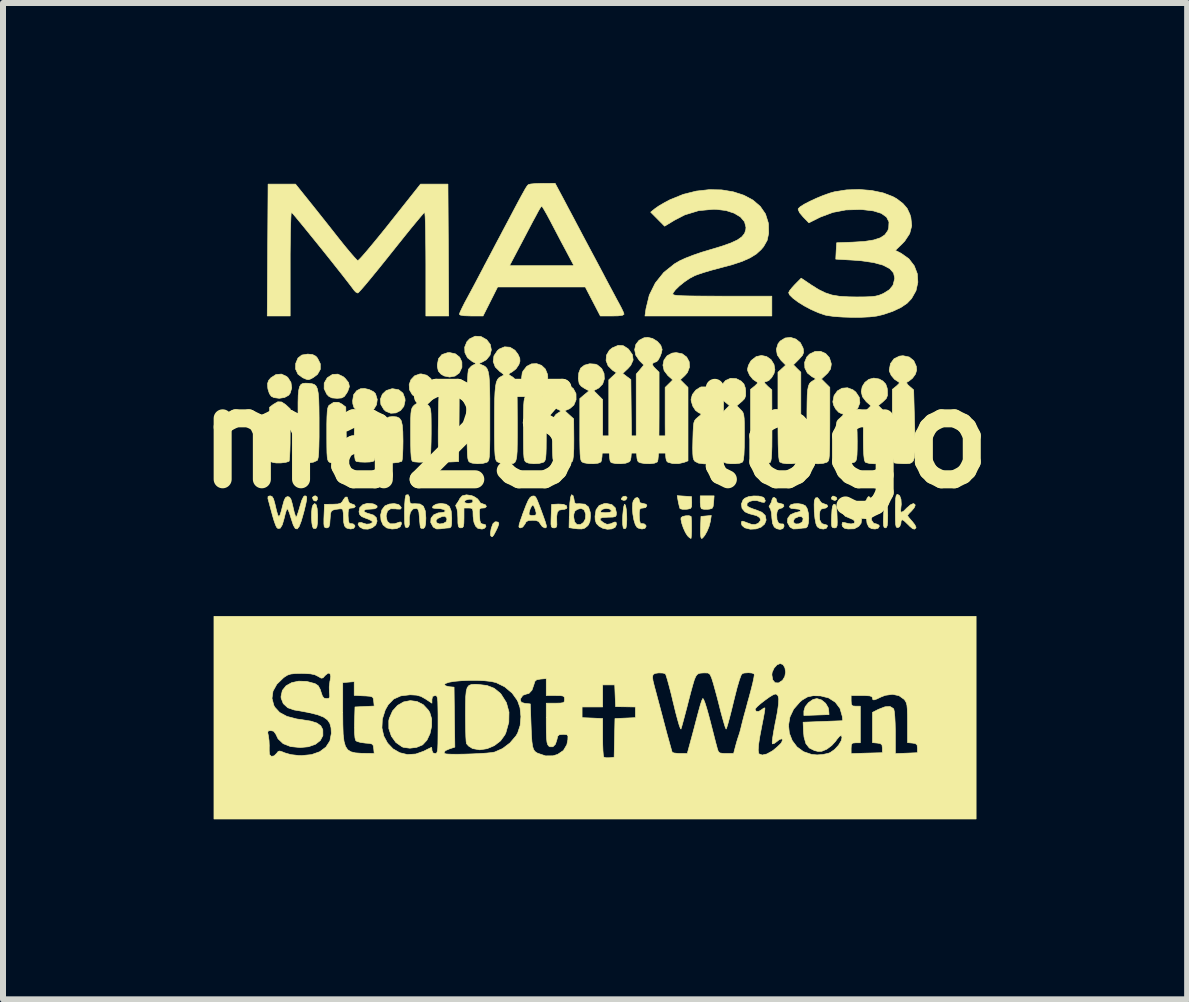
<source format=kicad_pcb>
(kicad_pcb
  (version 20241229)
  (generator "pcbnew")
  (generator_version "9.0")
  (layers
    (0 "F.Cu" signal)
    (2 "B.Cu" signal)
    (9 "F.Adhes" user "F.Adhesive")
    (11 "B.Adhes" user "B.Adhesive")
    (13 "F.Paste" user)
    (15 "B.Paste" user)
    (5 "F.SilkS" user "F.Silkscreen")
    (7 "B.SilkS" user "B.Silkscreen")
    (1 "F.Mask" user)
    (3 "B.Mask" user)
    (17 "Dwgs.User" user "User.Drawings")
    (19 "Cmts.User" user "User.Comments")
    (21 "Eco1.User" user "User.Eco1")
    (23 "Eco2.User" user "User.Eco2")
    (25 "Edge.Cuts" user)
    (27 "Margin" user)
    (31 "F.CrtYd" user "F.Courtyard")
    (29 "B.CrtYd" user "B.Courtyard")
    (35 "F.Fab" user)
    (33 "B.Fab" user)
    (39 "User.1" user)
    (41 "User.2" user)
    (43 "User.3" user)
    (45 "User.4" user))
  (footprint "ma23-logo"
    (layer "F.Cu")
    (at 6.865 4.247)
    (property "Reference" "ma23-logo" (at 0 0 0) (layer "F.SilkS") (effects (font (size 1.524 1.524) (thickness 0.3))))
    (attr through_hole)
    (fp_poly (pts (xy -4.629 0.984) (xy -4.625 1.022) (xy -4.645 1.052) (xy -4.678 1.048) (xy -4.696 1.032) (xy -4.71 0.991) (xy -4.68 0.968) (xy -4.657 0.965) (xy -4.629 0.984)) (stroke (width 0.01) (type solid)) (fill yes) (layer "F.SilkS"))
    (fp_poly (pts (xy 0.531 0.988) (xy 0.533 1.001) (xy 0.512 1.034) (xy 0.48 1.041) (xy 0.442 1.029) (xy 0.438 1.01) (xy 0.465 0.978) (xy 0.504 0.97) (xy 0.531 0.988)) (stroke (width 0.01) (type solid)) (fill yes) (layer "F.SilkS"))
    (fp_poly (pts (xy 4.022 0.991) (xy 4.031 1.02) (xy 4.005 1.04) (xy 3.99 1.041) (xy 3.946 1.025) (xy 3.937 1.001) (xy 3.956 0.971) (xy 3.979 0.97) (xy 4.022 0.991)) (stroke (width 0.01) (type solid)) (fill yes) (layer "F.SilkS"))
    (fp_poly (pts (xy 4.888 0.988) (xy 4.884 1.018) (xy 4.856 1.047) (xy 4.824 1.054) (xy 4.817 1.05) (xy 4.802 1.011) (xy 4.801 0.999) (xy 4.819 0.971) (xy 4.858 0.967) (xy 4.888 0.988)) (stroke (width 0.01) (type solid)) (fill yes) (layer "F.SilkS"))
    (fp_poly (pts (xy 3.773 4.366) (xy 3.842 4.422) (xy 3.886 4.497) (xy 3.893 4.534) (xy 3.899 4.61) (xy 3.48 4.625) (xy 3.48 4.55) (xy 3.502 4.478) (xy 3.558 4.409) (xy 3.631 4.359) (xy 3.696 4.343) (xy 3.773 4.366)) (stroke (width 0.01) (type solid)) (fill yes) (layer "F.SilkS"))
    (fp_poly (pts (xy 1.608 0.978) (xy 1.611 1.079) (xy 1.609 1.145) (xy 1.592 1.175) (xy 1.547 1.186) (xy 1.52 1.189) (xy 1.456 1.189) (xy 1.418 1.179) (xy 1.415 1.176) (xy 1.404 1.14) (xy 1.389 1.075) (xy 1.386 1.059) (xy 1.369 0.962) (xy 1.608 0.978)) (stroke (width 0.01) (type solid)) (fill yes) (layer "F.SilkS"))
    (fp_poly (pts (xy 1.921 1.394) (xy 1.901 1.472) (xy 1.868 1.553) (xy 1.829 1.623) (xy 1.792 1.668) (xy 1.774 1.676) (xy 1.763 1.653) (xy 1.757 1.591) (xy 1.758 1.501) (xy 1.758 1.492) (xy 1.765 1.308) (xy 1.851 1.3) (xy 1.937 1.292) (xy 1.921 1.394)) (stroke (width 0.01) (type solid)) (fill yes) (layer "F.SilkS"))
    (fp_poly (pts (xy 1.976 1.073) (xy 1.968 1.141) (xy 1.95 1.174) (xy 1.907 1.186) (xy 1.879 1.189) (xy 1.814 1.189) (xy 1.773 1.18) (xy 1.771 1.178) (xy 1.759 1.143) (xy 1.753 1.079) (xy 1.753 1.063) (xy 1.753 0.965) (xy 1.984 0.965) (xy 1.976 1.073)) (stroke (width 0.01) (type solid)) (fill yes) (layer "F.SilkS"))
    (fp_poly (pts (xy -1.613 1.404) (xy -1.603 1.432) (xy -1.622 1.488) (xy -1.652 1.55) (xy -1.688 1.618) (xy -1.711 1.646) (xy -1.729 1.641) (xy -1.74 1.626) (xy -1.743 1.588) (xy -1.733 1.523) (xy -1.727 1.499) (xy -1.701 1.429) (xy -1.667 1.399) (xy -1.65 1.397) (xy -1.613 1.404)) (stroke (width 0.01) (type solid)) (fill yes) (layer "F.SilkS"))
    (fp_poly (pts (xy 4.862 1.107) (xy 4.872 1.15) (xy 4.876 1.234) (xy 4.877 1.293) (xy 4.875 1.398) (xy 4.869 1.46) (xy 4.856 1.491) (xy 4.838 1.499) (xy 4.818 1.491) (xy 4.807 1.46) (xy 4.804 1.397) (xy 4.806 1.304) (xy 4.815 1.188) (xy 4.83 1.118) (xy 4.845 1.098) (xy 4.862 1.107)) (stroke (width 0.01) (type solid)) (fill yes) (layer "F.SilkS"))
    (fp_poly (pts (xy -4.647 1.113) (xy -4.63 1.177) (xy -4.623 1.28) (xy -4.623 1.308) (xy -4.625 1.415) (xy -4.634 1.479) (xy -4.651 1.508) (xy -4.68 1.51) (xy -4.693 1.506) (xy -4.709 1.476) (xy -4.719 1.412) (xy -4.724 1.329) (xy -4.723 1.242) (xy -4.716 1.167) (xy -4.701 1.121) (xy -4.671 1.093) (xy -4.647 1.113)) (stroke (width 0.01) (type solid)) (fill yes) (layer "F.SilkS"))
    (fp_poly (pts (xy -3.27 -0.802) (xy -3.201 -0.746) (xy -3.167 -0.655) (xy -3.165 -0.62) (xy -3.186 -0.526) (xy -3.241 -0.457) (xy -3.317 -0.417) (xy -3.403 -0.411) (xy -3.486 -0.444) (xy -3.519 -0.474) (xy -3.569 -0.558) (xy -3.576 -0.647) (xy -3.544 -0.728) (xy -3.48 -0.789) (xy -3.387 -0.819) (xy -3.371 -0.82) (xy -3.27 -0.802)) (stroke (width 0.01) (type solid)) (fill yes) (layer "F.SilkS"))
    (fp_poly (pts (xy -2.805 -1.045) (xy -2.736 -0.989) (xy -2.696 -0.911) (xy -2.691 -0.823) (xy -2.727 -0.737) (xy -2.744 -0.716) (xy -2.818 -0.67) (xy -2.909 -0.66) (xy -2.997 -0.684) (xy -3.044 -0.719) (xy -3.091 -0.801) (xy -3.097 -0.889) (xy -3.068 -0.97) (xy -3.008 -1.034) (xy -2.923 -1.065) (xy -2.898 -1.067) (xy -2.805 -1.045)) (stroke (width 0.01) (type solid)) (fill yes) (layer "F.SilkS"))
    (fp_poly (pts (xy 0.509 1.128) (xy 0.52 1.187) (xy 0.527 1.267) (xy 0.529 1.354) (xy 0.526 1.433) (xy 0.518 1.49) (xy 0.51 1.507) (xy 0.482 1.514) (xy 0.469 1.494) (xy 0.461 1.446) (xy 0.459 1.372) (xy 0.462 1.286) (xy 0.47 1.203) (xy 0.48 1.138) (xy 0.492 1.106) (xy 0.495 1.105) (xy 0.509 1.128)) (stroke (width 0.01) (type solid)) (fill yes) (layer "F.SilkS"))
    (fp_poly (pts (xy -3.764 -0.806) (xy -3.694 -0.772) (xy -3.658 -0.737) (xy -3.629 -0.641) (xy -3.641 -0.553) (xy -3.685 -0.48) (xy -3.753 -0.43) (xy -3.835 -0.41) (xy -3.923 -0.429) (xy -3.972 -0.459) (xy -4.017 -0.507) (xy -4.036 -0.569) (xy -4.039 -0.62) (xy -4.023 -0.72) (xy -3.971 -0.787) (xy -3.907 -0.82) (xy -3.842 -0.824) (xy -3.764 -0.806)) (stroke (width 0.01) (type solid)) (fill yes) (layer "F.SilkS"))
    (fp_poly (pts (xy -2.326 -1.401) (xy -2.256 -1.345) (xy -2.219 -1.266) (xy -2.218 -1.176) (xy -2.26 -1.086) (xy -2.262 -1.083) (xy -2.332 -1.031) (xy -2.423 -1.014) (xy -2.516 -1.033) (xy -2.568 -1.064) (xy -2.611 -1.114) (xy -2.627 -1.186) (xy -2.628 -1.219) (xy -2.608 -1.321) (xy -2.551 -1.389) (xy -2.458 -1.42) (xy -2.422 -1.422) (xy -2.326 -1.401)) (stroke (width 0.01) (type solid)) (fill yes) (layer "F.SilkS"))
    (fp_poly (pts (xy -5.222 -0.599) (xy -5.152 -0.552) (xy -5.147 -0.547) (xy -5.08 -0.485) (xy -5.08 -0.054) (xy -5.081 0.089) (xy -5.084 0.213) (xy -5.089 0.311) (xy -5.094 0.372) (xy -5.099 0.39) (xy -5.153 0.407) (xy -5.233 0.417) (xy -5.314 0.417) (xy -5.359 0.41) (xy -5.423 0.391) (xy -5.423 -0.511) (xy -5.359 -0.56) (xy -5.286 -0.602) (xy -5.222 -0.599)) (stroke (width 0.01) (type solid)) (fill yes) (layer "F.SilkS"))
    (fp_poly (pts (xy -5.139 -1.024) (xy -5.117 -1.004) (xy -5.067 -0.925) (xy -5.054 -0.833) (xy -5.079 -0.747) (xy -5.105 -0.711) (xy -5.173 -0.674) (xy -5.262 -0.66) (xy -5.35 -0.672) (xy -5.394 -0.693) (xy -5.426 -0.738) (xy -5.449 -0.809) (xy -5.453 -0.831) (xy -5.457 -0.906) (xy -5.439 -0.958) (xy -5.402 -1.001) (xy -5.317 -1.056) (xy -5.225 -1.064) (xy -5.139 -1.024)) (stroke (width 0.01) (type solid)) (fill yes) (layer "F.SilkS"))
    (fp_poly (pts (xy -4.706 -1.389) (xy -4.652 -1.361) (xy -4.625 -1.33) (xy -4.578 -1.236) (xy -4.578 -1.142) (xy -4.625 -1.059) (xy -4.698 -1.004) (xy -4.749 -0.978) (xy -4.78 -0.97) (xy -4.816 -0.979) (xy -4.871 -1.003) (xy -4.95 -1.062) (xy -4.99 -1.148) (xy -4.988 -1.24) (xy -4.95 -1.331) (xy -4.886 -1.381) (xy -4.788 -1.397) (xy -4.786 -1.397) (xy -4.706 -1.389)) (stroke (width 0.01) (type solid)) (fill yes) (layer "F.SilkS"))
    (fp_poly (pts (xy 1.6 1.308) (xy 1.602 1.314) (xy 1.607 1.384) (xy 1.608 1.469) (xy 1.608 1.554) (xy 1.605 1.626) (xy 1.601 1.67) (xy 1.598 1.676) (xy 1.571 1.66) (xy 1.541 1.631) (xy 1.506 1.576) (xy 1.471 1.499) (xy 1.444 1.419) (xy 1.431 1.354) (xy 1.434 1.328) (xy 1.462 1.308) (xy 1.514 1.297) (xy 1.567 1.296) (xy 1.6 1.308)) (stroke (width 0.01) (type solid)) (fill yes) (layer "F.SilkS"))
    (fp_poly (pts (xy 4.008 1.116) (xy 4.022 1.154) (xy 4.03 1.23) (xy 4.033 1.302) (xy 4.036 1.401) (xy 4.034 1.459) (xy 4.023 1.488) (xy 4.003 1.498) (xy 3.988 1.499) (xy 3.961 1.495) (xy 3.946 1.478) (xy 3.94 1.436) (xy 3.94 1.359) (xy 3.942 1.302) (xy 3.948 1.198) (xy 3.958 1.137) (xy 3.974 1.109) (xy 3.988 1.105) (xy 4.008 1.116)) (stroke (width 0.01) (type solid)) (fill yes) (layer "F.SilkS"))
    (fp_poly (pts (xy -4.195 -1.02) (xy -4.164 -0.993) (xy -4.107 -0.922) (xy -4.093 -0.855) (xy -4.12 -0.777) (xy -4.14 -0.743) (xy -4.178 -0.69) (xy -4.222 -0.666) (xy -4.292 -0.66) (xy -4.303 -0.66) (xy -4.384 -0.667) (xy -4.436 -0.693) (xy -4.469 -0.727) (xy -4.514 -0.82) (xy -4.513 -0.914) (xy -4.464 -0.999) (xy -4.459 -1.004) (xy -4.375 -1.058) (xy -4.285 -1.063) (xy -4.195 -1.02)) (stroke (width 0.01) (type solid)) (fill yes) (layer "F.SilkS"))
    (fp_poly (pts (xy -0.526 1.107) (xy -0.476 1.129) (xy -0.468 1.164) (xy -0.473 1.174) (xy -0.505 1.189) (xy -0.546 1.194) (xy -0.599 1.204) (xy -0.629 1.24) (xy -0.639 1.31) (xy -0.638 1.377) (xy -0.636 1.45) (xy -0.645 1.486) (xy -0.67 1.498) (xy -0.685 1.499) (xy -0.712 1.495) (xy -0.727 1.478) (xy -0.734 1.437) (xy -0.733 1.361) (xy -0.731 1.303) (xy -0.724 1.108) (xy -0.61 1.102) (xy -0.526 1.107)) (stroke (width 0.01) (type solid)) (fill yes) (layer "F.SilkS"))
    (fp_poly (pts (xy -4.22 -0.565) (xy -4.153 -0.515) (xy -4.146 -0.067) (xy -4.139 0.382) (xy -4.205 0.407) (xy -4.316 0.43) (xy -4.411 0.412) (xy -4.426 0.404) (xy -4.442 0.39) (xy -4.454 0.365) (xy -4.462 0.32) (xy -4.467 0.25) (xy -4.469 0.146) (xy -4.47 0.001) (xy -4.47 -0.063) (xy -4.47 -0.23) (xy -4.467 -0.352) (xy -4.462 -0.439) (xy -4.454 -0.495) (xy -4.442 -0.529) (xy -4.432 -0.543) (xy -4.354 -0.594) (xy -4.275 -0.594) (xy -4.22 -0.565)) (stroke (width 0.01) (type solid)) (fill yes) (layer "F.SilkS"))
    (fp_poly (pts (xy -2.966 4.392) (xy -2.862 4.445) (xy -2.776 4.538) (xy -2.753 4.577) (xy -2.722 4.683) (xy -2.723 4.805) (xy -2.75 4.928) (xy -2.801 5.036) (xy -2.872 5.113) (xy -2.877 5.116) (xy -2.973 5.156) (xy -3.086 5.17) (xy -3.191 5.156) (xy -3.215 5.147) (xy -3.319 5.074) (xy -3.394 4.969) (xy -3.436 4.844) (xy -3.437 4.713) (xy -3.429 4.675) (xy -3.374 4.549) (xy -3.291 4.457) (xy -3.19 4.399) (xy -3.078 4.377) (xy -2.966 4.392)) (stroke (width 0.01) (type solid)) (fill yes) (layer "F.SilkS"))
    (fp_poly (pts (xy 3.736 1.027) (xy 3.741 1.039) (xy 3.773 1.081) (xy 3.811 1.096) (xy 3.866 1.116) (xy 3.877 1.144) (xy 3.845 1.168) (xy 3.818 1.173) (xy 3.77 1.185) (xy 3.748 1.217) (xy 3.739 1.278) (xy 3.744 1.367) (xy 3.775 1.425) (xy 3.826 1.443) (xy 3.832 1.442) (xy 3.868 1.454) (xy 3.873 1.473) (xy 3.853 1.506) (xy 3.805 1.519) (xy 3.748 1.51) (xy 3.703 1.481) (xy 3.681 1.43) (xy 3.664 1.342) (xy 3.653 1.23) (xy 3.651 1.108) (xy 3.654 1.048) (xy 3.672 1.001) (xy 3.706 0.994) (xy 3.736 1.027)) (stroke (width 0.01) (type solid)) (fill yes) (layer "F.SilkS"))
    (fp_poly (pts (xy -3.304 -0.35) (xy -3.259 -0.329) (xy -3.229 -0.286) (xy -3.212 -0.213) (xy -3.203 -0.104) (xy -3.2 0.049) (xy -3.2 0.058) (xy -3.202 0.18) (xy -3.206 0.282) (xy -3.212 0.355) (xy -3.219 0.388) (xy -3.219 0.389) (xy -3.28 0.408) (xy -3.362 0.417) (xy -3.439 0.413) (xy -3.454 0.409) (xy -3.48 0.4) (xy -3.498 0.385) (xy -3.51 0.355) (xy -3.517 0.302) (xy -3.521 0.216) (xy -3.525 0.09) (xy -3.525 0.065) (xy -3.526 -0.091) (xy -3.521 -0.204) (xy -3.505 -0.28) (xy -3.477 -0.326) (xy -3.435 -0.349) (xy -3.375 -0.356) (xy -3.365 -0.356) (xy -3.304 -0.35)) (stroke (width 0.01) (type solid)) (fill yes) (layer "F.SilkS"))
    (fp_poly (pts (xy -4.77 -0.91) (xy -4.766 -0.909) (xy -4.716 -0.903) (xy -4.677 -0.89) (xy -4.648 -0.864) (xy -4.627 -0.819) (xy -4.613 -0.749) (xy -4.604 -0.649) (xy -4.6 -0.513) (xy -4.598 -0.335) (xy -4.598 -0.213) (xy -4.598 -0.015) (xy -4.601 0.137) (xy -4.605 0.248) (xy -4.612 0.321) (xy -4.622 0.363) (xy -4.629 0.375) (xy -4.693 0.404) (xy -4.781 0.418) (xy -4.866 0.412) (xy -4.877 0.409) (xy -4.94 0.391) (xy -4.947 -0.221) (xy -4.949 -0.428) (xy -4.949 -0.589) (xy -4.946 -0.711) (xy -4.937 -0.798) (xy -4.922 -0.856) (xy -4.9 -0.891) (xy -4.868 -0.908) (xy -4.825 -0.912) (xy -4.77 -0.91)) (stroke (width 0.01) (type solid)) (fill yes) (layer "F.SilkS"))
    (fp_poly (pts (xy -3.727 -0.307) (xy -3.71 -0.289) (xy -3.687 -0.254) (xy -3.672 -0.213) (xy -3.663 -0.153) (xy -3.659 -0.066) (xy -3.658 0.06) (xy -3.658 0.077) (xy -3.659 0.208) (xy -3.662 0.296) (xy -3.67 0.351) (xy -3.683 0.38) (xy -3.698 0.391) (xy -3.753 0.401) (xy -3.834 0.404) (xy -3.916 0.401) (xy -3.976 0.392) (xy -3.981 0.39) (xy -3.996 0.367) (xy -4.006 0.309) (xy -4.011 0.212) (xy -4.013 0.069) (xy -4.013 0.061) (xy -4.012 -0.073) (xy -4.009 -0.166) (xy -4.002 -0.228) (xy -3.99 -0.268) (xy -3.971 -0.296) (xy -3.962 -0.305) (xy -3.886 -0.349) (xy -3.803 -0.35) (xy -3.727 -0.307)) (stroke (width 0.01) (type solid)) (fill yes) (layer "F.SilkS"))
    (fp_poly (pts (xy -3.279 1.108) (xy -3.256 1.123) (xy -3.227 1.165) (xy -3.244 1.186) (xy -3.304 1.185) (xy -3.317 1.182) (xy -3.404 1.18) (xy -3.457 1.214) (xy -3.479 1.286) (xy -3.48 1.31) (xy -3.462 1.39) (xy -3.413 1.431) (xy -3.337 1.43) (xy -3.315 1.422) (xy -3.257 1.402) (xy -3.232 1.402) (xy -3.226 1.425) (xy -3.226 1.434) (xy -3.248 1.482) (xy -3.305 1.511) (xy -3.383 1.518) (xy -3.469 1.5) (xy -3.474 1.498) (xy -3.532 1.45) (xy -3.566 1.373) (xy -3.573 1.284) (xy -3.552 1.199) (xy -3.504 1.135) (xy -3.499 1.131) (xy -3.429 1.102) (xy -3.348 1.094) (xy -3.279 1.108)) (stroke (width 0.01) (type solid)) (fill yes) (layer "F.SilkS"))
    (fp_poly (pts (xy -1.952 4.107) (xy -1.801 4.125) (xy -1.682 4.171) (xy -1.584 4.25) (xy -1.565 4.271) (xy -1.477 4.411) (xy -1.434 4.568) (xy -1.437 4.737) (xy -1.485 4.909) (xy -1.502 4.947) (xy -1.575 5.048) (xy -1.678 5.127) (xy -1.798 5.178) (xy -1.921 5.197) (xy -2.036 5.177) (xy -2.047 5.172) (xy -2.106 5.135) (xy -2.142 5.095) (xy -2.142 5.093) (xy -2.148 5.055) (xy -2.153 4.975) (xy -2.156 4.862) (xy -2.158 4.727) (xy -2.159 4.611) (xy -2.158 4.438) (xy -2.155 4.309) (xy -2.146 4.218) (xy -2.129 4.159) (xy -2.101 4.125) (xy -2.06 4.109) (xy -2.002 4.105) (xy -1.952 4.107)) (stroke (width 0.01) (type solid)) (fill yes) (layer "F.SilkS"))
    (fp_poly (pts (xy 0.732 1.016) (xy 0.737 1.041) (xy 0.751 1.081) (xy 0.8 1.092) (xy 0.851 1.105) (xy 0.864 1.13) (xy 0.842 1.161) (xy 0.8 1.168) (xy 0.762 1.173) (xy 0.744 1.194) (xy 0.737 1.244) (xy 0.737 1.295) (xy 0.741 1.369) (xy 0.753 1.416) (xy 0.762 1.426) (xy 0.811 1.431) (xy 0.819 1.432) (xy 0.847 1.456) (xy 0.851 1.473) (xy 0.831 1.507) (xy 0.782 1.518) (xy 0.724 1.504) (xy 0.7 1.49) (xy 0.671 1.445) (xy 0.647 1.366) (xy 0.63 1.268) (xy 0.623 1.169) (xy 0.628 1.084) (xy 0.637 1.049) (xy 0.669 1.004) (xy 0.706 0.992) (xy 0.732 1.016)) (stroke (width 0.01) (type solid)) (fill yes) (layer "F.SilkS"))
    (fp_poly (pts (xy 4.581 0.987) (xy 4.597 1.03) (xy 4.597 1.041) (xy 4.619 1.083) (xy 4.662 1.097) (xy 4.715 1.115) (xy 4.722 1.141) (xy 4.682 1.166) (xy 4.669 1.169) (xy 4.628 1.19) (xy 4.608 1.237) (xy 4.602 1.281) (xy 4.608 1.372) (xy 4.643 1.422) (xy 4.694 1.435) (xy 4.731 1.453) (xy 4.737 1.473) (xy 4.716 1.505) (xy 4.667 1.518) (xy 4.609 1.512) (xy 4.562 1.485) (xy 4.532 1.423) (xy 4.521 1.324) (xy 4.516 1.247) (xy 4.502 1.19) (xy 4.494 1.176) (xy 4.48 1.133) (xy 4.492 1.102) (xy 4.521 1.039) (xy 4.532 1.008) (xy 4.555 0.977) (xy 4.581 0.987)) (stroke (width 0.01) (type solid)) (fill yes) (layer "F.SilkS"))
    (fp_poly (pts (xy -2.317 -0.92) (xy -2.3 -0.905) (xy -2.286 -0.888) (xy -2.276 -0.861) (xy -2.269 -0.819) (xy -2.265 -0.755) (xy -2.264 -0.664) (xy -2.264 -0.538) (xy -2.265 -0.371) (xy -2.266 -0.241) (xy -2.273 0.394) (xy -2.415 0.401) (xy -2.514 0.401) (xy -2.572 0.385) (xy -2.588 0.372) (xy -2.599 0.343) (xy -2.606 0.285) (xy -2.611 0.191) (xy -2.613 0.058) (xy -2.613 -0.118) (xy -2.611 -0.25) (xy -2.609 -0.437) (xy -2.606 -0.58) (xy -2.602 -0.685) (xy -2.597 -0.761) (xy -2.59 -0.812) (xy -2.579 -0.848) (xy -2.565 -0.873) (xy -2.547 -0.895) (xy -2.542 -0.9) (xy -2.467 -0.954) (xy -2.389 -0.957) (xy -2.317 -0.92)) (stroke (width 0.01) (type solid)) (fill yes) (layer "F.SilkS"))
    (fp_poly (pts (xy 1.453 -1.402) (xy 1.527 -1.347) (xy 1.569 -1.269) (xy 1.574 -1.18) (xy 1.54 -1.09) (xy 1.498 -1.041) (xy 1.421 -0.969) (xy 1.485 -0.905) (xy 1.549 -0.841) (xy 1.549 0.382) (xy 1.484 0.407) (xy 1.392 0.428) (xy 1.295 0.427) (xy 1.218 0.407) (xy 1.213 0.404) (xy 1.199 0.392) (xy 1.188 0.371) (xy 1.18 0.333) (xy 1.175 0.273) (xy 1.171 0.185) (xy 1.169 0.063) (xy 1.169 -0.1) (xy 1.168 -0.231) (xy 1.168 -0.841) (xy 1.295 -0.967) (xy 1.214 -1.039) (xy 1.151 -1.122) (xy 1.131 -1.212) (xy 1.149 -1.298) (xy 1.201 -1.369) (xy 1.283 -1.413) (xy 1.352 -1.422) (xy 1.453 -1.402)) (stroke (width 0.01) (type solid)) (fill yes) (layer "F.SilkS"))
    (fp_poly (pts (xy -2.786 -0.552) (xy -2.765 -0.529) (xy -2.749 -0.502) (xy -2.739 -0.463) (xy -2.733 -0.403) (xy -2.731 -0.316) (xy -2.73 -0.191) (xy -2.73 -0.076) (xy -2.732 0.066) (xy -2.736 0.192) (xy -2.741 0.291) (xy -2.747 0.356) (xy -2.752 0.375) (xy -2.786 0.392) (xy -2.852 0.402) (xy -2.931 0.405) (xy -3.005 0.399) (xy -3.042 0.39) (xy -3.054 0.37) (xy -3.063 0.321) (xy -3.069 0.235) (xy -3.072 0.109) (xy -3.073 -0.054) (xy -3.073 -0.211) (xy -3.072 -0.326) (xy -3.068 -0.407) (xy -3.061 -0.461) (xy -3.05 -0.497) (xy -3.034 -0.523) (xy -3.011 -0.547) (xy -3.011 -0.547) (xy -2.934 -0.6) (xy -2.859 -0.601) (xy -2.786 -0.552)) (stroke (width 0.01) (type solid)) (fill yes) (layer "F.SilkS"))
    (fp_poly (pts (xy 3.016 1.012) (xy 3.023 1.041) (xy 3.037 1.081) (xy 3.086 1.092) (xy 3.136 1.106) (xy 3.148 1.137) (xy 3.121 1.165) (xy 3.092 1.173) (xy 3.053 1.189) (xy 3.033 1.231) (xy 3.027 1.278) (xy 3.032 1.363) (xy 3.057 1.418) (xy 3.099 1.435) (xy 3.113 1.431) (xy 3.143 1.437) (xy 3.15 1.47) (xy 3.13 1.511) (xy 3.083 1.525) (xy 3.025 1.512) (xy 2.986 1.484) (xy 2.958 1.425) (xy 2.946 1.331) (xy 2.946 1.324) (xy 2.94 1.246) (xy 2.925 1.188) (xy 2.916 1.173) (xy 2.899 1.139) (xy 2.916 1.113) (xy 2.943 1.062) (xy 2.946 1.036) (xy 2.964 0.998) (xy 2.985 0.991) (xy 3.016 1.012)) (stroke (width 0.01) (type solid)) (fill yes) (layer "F.SilkS"))
    (fp_poly (pts (xy 4.359 1.101) (xy 4.406 1.127) (xy 4.42 1.159) (xy 4.407 1.181) (xy 4.363 1.184) (xy 4.318 1.178) (xy 4.252 1.171) (xy 4.222 1.181) (xy 4.216 1.202) (xy 4.241 1.238) (xy 4.308 1.267) (xy 4.315 1.269) (xy 4.402 1.307) (xy 4.441 1.359) (xy 4.433 1.422) (xy 4.394 1.473) (xy 4.319 1.514) (xy 4.215 1.517) (xy 4.159 1.506) (xy 4.123 1.475) (xy 4.115 1.443) (xy 4.124 1.407) (xy 4.159 1.411) (xy 4.22 1.427) (xy 4.267 1.433) (xy 4.318 1.422) (xy 4.329 1.394) (xy 4.303 1.362) (xy 4.259 1.343) (xy 4.169 1.305) (xy 4.122 1.253) (xy 4.12 1.193) (xy 4.161 1.134) (xy 4.22 1.103) (xy 4.291 1.092) (xy 4.359 1.101)) (stroke (width 0.01) (type solid)) (fill yes) (layer "F.SilkS"))
    (fp_poly (pts (xy -3.701 1.098) (xy -3.672 1.108) (xy -3.631 1.135) (xy -3.634 1.162) (xy -3.674 1.181) (xy -3.737 1.186) (xy -3.812 1.19) (xy -3.849 1.208) (xy -3.846 1.231) (xy -3.797 1.254) (xy -3.78 1.258) (xy -3.691 1.286) (xy -3.645 1.328) (xy -3.632 1.386) (xy -3.654 1.45) (xy -3.71 1.496) (xy -3.784 1.52) (xy -3.861 1.517) (xy -3.924 1.482) (xy -3.949 1.438) (xy -3.935 1.411) (xy -3.89 1.41) (xy -3.863 1.421) (xy -3.807 1.437) (xy -3.75 1.432) (xy -3.713 1.411) (xy -3.708 1.397) (xy -3.73 1.377) (xy -3.785 1.351) (xy -3.816 1.34) (xy -3.887 1.311) (xy -3.921 1.277) (xy -3.933 1.231) (xy -3.92 1.161) (xy -3.869 1.112) (xy -3.793 1.09) (xy -3.701 1.098)) (stroke (width 0.01) (type solid)) (fill yes) (layer "F.SilkS"))
    (fp_poly (pts (xy -3.093 0.986) (xy -3.089 1.035) (xy -3.082 1.082) (xy -3.055 1.098) (xy -3.002 1.096) (xy -2.916 1.101) (xy -2.86 1.139) (xy -2.829 1.215) (xy -2.819 1.333) (xy -2.819 1.335) (xy -2.823 1.43) (xy -2.835 1.484) (xy -2.858 1.508) (xy -2.858 1.508) (xy -2.898 1.506) (xy -2.909 1.492) (xy -2.916 1.45) (xy -2.923 1.377) (xy -2.927 1.321) (xy -2.935 1.234) (xy -2.952 1.188) (xy -2.975 1.174) (xy -3.034 1.184) (xy -3.076 1.236) (xy -3.095 1.321) (xy -3.095 1.369) (xy -3.094 1.443) (xy -3.107 1.481) (xy -3.131 1.494) (xy -3.151 1.493) (xy -3.164 1.475) (xy -3.171 1.431) (xy -3.174 1.354) (xy -3.175 1.235) (xy -3.172 1.109) (xy -3.165 1.015) (xy -3.154 0.961) (xy -3.148 0.951) (xy -3.113 0.946) (xy -3.093 0.986)) (stroke (width 0.01) (type solid)) (fill yes) (layer "F.SilkS"))
    (fp_poly (pts (xy -0.366 0.962) (xy -0.351 1.017) (xy -0.351 1.021) (xy -0.341 1.078) (xy -0.315 1.098) (xy -0.258 1.096) (xy -0.168 1.104) (xy -0.109 1.151) (xy -0.08 1.238) (xy -0.076 1.298) (xy -0.084 1.388) (xy -0.11 1.448) (xy -0.132 1.472) (xy -0.174 1.504) (xy -0.222 1.517) (xy -0.293 1.515) (xy -0.363 1.506) (xy -0.433 1.495) (xy -0.429 1.318) (xy -0.356 1.318) (xy -0.341 1.399) (xy -0.301 1.443) (xy -0.246 1.444) (xy -0.192 1.408) (xy -0.16 1.347) (xy -0.155 1.273) (xy -0.177 1.209) (xy -0.191 1.193) (xy -0.236 1.174) (xy -0.293 1.19) (xy -0.335 1.219) (xy -0.353 1.268) (xy -0.356 1.318) (xy -0.429 1.318) (xy -0.426 1.226) (xy -0.42 1.084) (xy -0.408 0.991) (xy -0.393 0.949) (xy -0.389 0.947) (xy -0.366 0.962)) (stroke (width 0.01) (type solid)) (fill yes) (layer "F.SilkS"))
    (fp_poly (pts (xy 0.468 -1.538) (xy 0.548 -1.488) (xy 0.561 -1.475) (xy 0.623 -1.387) (xy 0.635 -1.298) (xy 0.595 -1.209) (xy 0.548 -1.156) (xy 0.461 -1.074) (xy 0.529 -1.023) (xy 0.597 -0.972) (xy 0.604 -0.303) (xy 0.607 -0.1) (xy 0.607 0.059) (xy 0.607 0.178) (xy 0.604 0.264) (xy 0.599 0.324) (xy 0.592 0.362) (xy 0.582 0.385) (xy 0.569 0.399) (xy 0.568 0.399) (xy 0.512 0.421) (xy 0.432 0.43) (xy 0.348 0.428) (xy 0.282 0.415) (xy 0.259 0.401) (xy 0.249 0.375) (xy 0.241 0.316) (xy 0.235 0.221) (xy 0.231 0.085) (xy 0.229 -0.094) (xy 0.229 -0.298) (xy 0.229 -0.968) (xy 0.356 -1.086) (xy 0.293 -1.127) (xy 0.218 -1.201) (xy 0.184 -1.289) (xy 0.191 -1.38) (xy 0.239 -1.461) (xy 0.287 -1.5) (xy 0.384 -1.542) (xy 0.468 -1.538)) (stroke (width 0.01) (type solid)) (fill yes) (layer "F.SilkS"))
    (fp_poly (pts (xy 3.347 -1.647) (xy 3.421 -1.587) (xy 3.466 -1.498) (xy 3.47 -1.48) (xy 3.475 -1.424) (xy 3.457 -1.377) (xy 3.408 -1.321) (xy 3.396 -1.308) (xy 3.306 -1.218) (xy 3.367 -1.156) (xy 3.429 -1.095) (xy 3.429 -0.362) (xy 3.428 -0.13) (xy 3.426 0.056) (xy 3.423 0.197) (xy 3.417 0.299) (xy 3.41 0.365) (xy 3.401 0.398) (xy 3.399 0.401) (xy 3.353 0.421) (xy 3.278 0.43) (xy 3.193 0.43) (xy 3.119 0.419) (xy 3.078 0.401) (xy 3.069 0.376) (xy 3.061 0.319) (xy 3.055 0.227) (xy 3.051 0.096) (xy 3.049 -0.078) (xy 3.048 -0.298) (xy 3.048 -0.362) (xy 3.048 -1.095) (xy 3.112 -1.154) (xy 3.177 -1.214) (xy 3.1 -1.291) (xy 3.037 -1.382) (xy 3.021 -1.478) (xy 3.05 -1.57) (xy 3.085 -1.614) (xy 3.167 -1.665) (xy 3.259 -1.675) (xy 3.347 -1.647)) (stroke (width 0.01) (type solid)) (fill yes) (layer "F.SilkS"))
    (fp_poly (pts (xy 0.004 -1.229) (xy 0.041 -1.215) (xy 0.111 -1.156) (xy 0.15 -1.074) (xy 0.155 -0.983) (xy 0.127 -0.898) (xy 0.065 -0.834) (xy 0.052 -0.826) (xy -0.022 -0.788) (xy 0.053 -0.713) (xy 0.127 -0.639) (xy 0.127 -0.134) (xy 0.126 0.06) (xy 0.122 0.208) (xy 0.116 0.311) (xy 0.107 0.375) (xy 0.097 0.401) (xy 0.051 0.421) (xy -0.025 0.43) (xy -0.109 0.428) (xy -0.182 0.415) (xy -0.21 0.404) (xy -0.225 0.391) (xy -0.236 0.368) (xy -0.244 0.327) (xy -0.249 0.262) (xy -0.252 0.166) (xy -0.254 0.033) (xy -0.254 -0.139) (xy -0.254 -0.656) (xy -0.177 -0.721) (xy -0.1 -0.785) (xy -0.174 -0.824) (xy -0.231 -0.862) (xy -0.263 -0.902) (xy -0.264 -0.903) (xy -0.279 -0.989) (xy -0.271 -1.084) (xy -0.241 -1.16) (xy -0.241 -1.162) (xy -0.177 -1.212) (xy -0.089 -1.236) (xy 0.004 -1.229)) (stroke (width 0.01) (type solid)) (fill yes) (layer "F.SilkS"))
    (fp_poly (pts (xy -0.434 -0.875) (xy -0.362 -0.822) (xy -0.319 -0.741) (xy -0.317 -0.736) (xy -0.316 -0.635) (xy -0.353 -0.547) (xy -0.421 -0.488) (xy -0.432 -0.483) (xy -0.504 -0.453) (xy -0.43 -0.385) (xy -0.356 -0.318) (xy -0.353 0.02) (xy -0.354 0.182) (xy -0.36 0.298) (xy -0.37 0.369) (xy -0.381 0.394) (xy -0.424 0.415) (xy -0.497 0.428) (xy -0.58 0.431) (xy -0.655 0.422) (xy -0.679 0.415) (xy -0.693 0.394) (xy -0.703 0.34) (xy -0.708 0.248) (xy -0.711 0.113) (xy -0.711 0.041) (xy -0.71 -0.114) (xy -0.706 -0.226) (xy -0.696 -0.304) (xy -0.678 -0.356) (xy -0.651 -0.392) (xy -0.613 -0.418) (xy -0.601 -0.425) (xy -0.574 -0.443) (xy -0.585 -0.46) (xy -0.629 -0.48) (xy -0.708 -0.537) (xy -0.751 -0.618) (xy -0.758 -0.71) (xy -0.724 -0.797) (xy -0.7 -0.827) (xy -0.617 -0.88) (xy -0.524 -0.895) (xy -0.434 -0.875)) (stroke (width 0.01) (type solid)) (fill yes) (layer "F.SilkS"))
    (fp_poly (pts (xy 0.28 1.111) (xy 0.337 1.165) (xy 0.356 1.246) (xy 0.353 1.289) (xy 0.337 1.311) (xy 0.296 1.319) (xy 0.216 1.321) (xy 0.125 1.326) (xy 0.083 1.343) (xy 0.09 1.372) (xy 0.141 1.413) (xy 0.199 1.44) (xy 0.254 1.432) (xy 0.269 1.426) (xy 0.325 1.402) (xy 0.35 1.404) (xy 0.356 1.433) (xy 0.356 1.445) (xy 0.334 1.49) (xy 0.28 1.516) (xy 0.206 1.522) (xy 0.128 1.505) (xy 0.067 1.471) (xy 0.022 1.425) (xy 0.003 1.366) (xy 0 1.306) (xy 0.012 1.23) (xy 0.088 1.23) (xy 0.106 1.241) (xy 0.163 1.245) (xy 0.177 1.245) (xy 0.248 1.239) (xy 0.274 1.221) (xy 0.273 1.213) (xy 0.241 1.183) (xy 0.184 1.174) (xy 0.128 1.187) (xy 0.103 1.205) (xy 0.088 1.23) (xy 0.012 1.23) (xy 0.017 1.198) (xy 0.068 1.127) (xy 0.153 1.094) (xy 0.189 1.092) (xy 0.28 1.111)) (stroke (width 0.01) (type solid)) (fill yes) (layer "F.SilkS"))
    (fp_poly (pts (xy 3.455 1.106) (xy 3.507 1.132) (xy 3.508 1.133) (xy 3.536 1.181) (xy 3.554 1.253) (xy 3.561 1.336) (xy 3.556 1.414) (xy 3.541 1.473) (xy 3.514 1.499) (xy 3.512 1.499) (xy 3.456 1.503) (xy 3.383 1.513) (xy 3.378 1.514) (xy 3.305 1.517) (xy 3.255 1.49) (xy 3.245 1.48) (xy 3.206 1.408) (xy 3.208 1.383) (xy 3.305 1.383) (xy 3.311 1.41) (xy 3.343 1.434) (xy 3.395 1.432) (xy 3.444 1.407) (xy 3.458 1.39) (xy 3.468 1.342) (xy 3.44 1.311) (xy 3.394 1.31) (xy 3.327 1.341) (xy 3.305 1.383) (xy 3.208 1.383) (xy 3.212 1.337) (xy 3.257 1.279) (xy 3.338 1.244) (xy 3.36 1.24) (xy 3.416 1.225) (xy 3.427 1.205) (xy 3.395 1.188) (xy 3.333 1.181) (xy 3.265 1.174) (xy 3.239 1.15) (xy 3.239 1.143) (xy 3.26 1.114) (xy 3.315 1.098) (xy 3.385 1.095) (xy 3.455 1.106)) (stroke (width 0.01) (type solid)) (fill yes) (layer "F.SilkS"))
    (fp_poly (pts (xy -2.482 1.104) (xy -2.427 1.143) (xy -2.397 1.218) (xy -2.388 1.333) (xy -2.388 1.342) (xy -2.39 1.429) (xy -2.398 1.477) (xy -2.416 1.497) (xy -2.432 1.499) (xy -2.487 1.503) (xy -2.561 1.513) (xy -2.566 1.514) (xy -2.639 1.517) (xy -2.689 1.49) (xy -2.699 1.48) (xy -2.738 1.408) (xy -2.736 1.381) (xy -2.652 1.381) (xy -2.638 1.414) (xy -2.592 1.434) (xy -2.53 1.426) (xy -2.479 1.396) (xy -2.468 1.357) (xy -2.473 1.333) (xy -2.502 1.305) (xy -2.546 1.309) (xy -2.624 1.343) (xy -2.652 1.381) (xy -2.736 1.381) (xy -2.733 1.338) (xy -2.689 1.282) (xy -2.613 1.249) (xy -2.568 1.245) (xy -2.51 1.236) (xy -2.494 1.215) (xy -2.518 1.193) (xy -2.576 1.179) (xy -2.593 1.178) (xy -2.67 1.174) (xy -2.706 1.167) (xy -2.709 1.152) (xy -2.692 1.13) (xy -2.646 1.104) (xy -2.575 1.092) (xy -2.566 1.092) (xy -2.482 1.104)) (stroke (width 0.01) (type solid)) (fill yes) (layer "F.SilkS"))
    (fp_poly (pts (xy 5.076 0.963) (xy 5.098 1.022) (xy 5.103 1.106) (xy 5.097 1.157) (xy 5.092 1.22) (xy 5.106 1.24) (xy 5.143 1.219) (xy 5.194 1.168) (xy 5.257 1.114) (xy 5.305 1.093) (xy 5.331 1.109) (xy 5.334 1.126) (xy 5.317 1.165) (xy 5.275 1.215) (xy 5.271 1.219) (xy 5.228 1.263) (xy 5.207 1.292) (xy 5.207 1.293) (xy 5.223 1.319) (xy 5.263 1.367) (xy 5.285 1.391) (xy 5.328 1.446) (xy 5.348 1.488) (xy 5.347 1.499) (xy 5.324 1.52) (xy 5.293 1.513) (xy 5.245 1.473) (xy 5.207 1.435) (xy 5.149 1.38) (xy 5.116 1.363) (xy 5.1 1.384) (xy 5.096 1.428) (xy 5.076 1.478) (xy 5.048 1.494) (xy 5.029 1.493) (xy 5.016 1.476) (xy 5.008 1.436) (xy 5.005 1.362) (xy 5.004 1.248) (xy 5.004 1.221) (xy 5.005 1.095) (xy 5.009 1.012) (xy 5.017 0.964) (xy 5.03 0.943) (xy 5.041 0.94) (xy 5.076 0.963)) (stroke (width 0.01) (type solid)) (fill yes) (layer "F.SilkS"))
    (fp_poly (pts (xy 5.235 -1.348) (xy 5.311 -1.287) (xy 5.353 -1.193) (xy 5.359 -1.131) (xy 5.339 -1.063) (xy 5.289 -0.994) (xy 5.226 -0.944) (xy 5.206 -0.935) (xy 5.19 -0.918) (xy 5.213 -0.885) (xy 5.239 -0.861) (xy 5.309 -0.8) (xy 5.325 -0.228) (xy 5.331 -0.028) (xy 5.333 0.127) (xy 5.331 0.243) (xy 5.322 0.324) (xy 5.305 0.379) (xy 5.278 0.41) (xy 5.241 0.426) (xy 5.19 0.43) (xy 5.135 0.43) (xy 5.057 0.426) (xy 4.999 0.419) (xy 4.985 0.415) (xy 4.974 0.398) (xy 4.966 0.354) (xy 4.96 0.279) (xy 4.956 0.166) (xy 4.954 0.013) (xy 4.953 -0.186) (xy 4.953 -0.203) (xy 4.953 -0.809) (xy 5.023 -0.865) (xy 5.066 -0.906) (xy 5.067 -0.928) (xy 5.056 -0.934) (xy 4.991 -0.976) (xy 4.935 -1.042) (xy 4.904 -1.112) (xy 4.902 -1.131) (xy 4.923 -1.239) (xy 4.982 -1.319) (xy 5.072 -1.363) (xy 5.131 -1.37) (xy 5.235 -1.348)) (stroke (width 0.01) (type solid)) (fill yes) (layer "F.SilkS"))
    (fp_poly (pts (xy 2.859 -1.356) (xy 2.933 -1.304) (xy 2.982 -1.224) (xy 2.997 -1.135) (xy 2.982 -1.073) (xy 2.944 -1.007) (xy 2.896 -0.957) (xy 2.856 -0.94) (xy 2.824 -0.933) (xy 2.831 -0.908) (xy 2.879 -0.86) (xy 2.883 -0.856) (xy 2.946 -0.8) (xy 2.948 -0.206) (xy 2.948 -0.007) (xy 2.947 0.145) (xy 2.943 0.258) (xy 2.938 0.336) (xy 2.93 0.383) (xy 2.92 0.407) (xy 2.916 0.41) (xy 2.871 0.422) (xy 2.796 0.428) (xy 2.714 0.428) (xy 2.645 0.421) (xy 2.623 0.415) (xy 2.612 0.398) (xy 2.604 0.354) (xy 2.598 0.279) (xy 2.594 0.166) (xy 2.592 0.013) (xy 2.591 -0.186) (xy 2.591 -0.203) (xy 2.591 -0.809) (xy 2.661 -0.865) (xy 2.703 -0.906) (xy 2.705 -0.928) (xy 2.694 -0.934) (xy 2.631 -0.977) (xy 2.575 -1.046) (xy 2.543 -1.12) (xy 2.54 -1.145) (xy 2.556 -1.21) (xy 2.596 -1.282) (xy 2.606 -1.293) (xy 2.685 -1.355) (xy 2.773 -1.374) (xy 2.859 -1.356)) (stroke (width 0.01) (type solid)) (fill yes) (layer "F.SilkS"))
    (fp_poly (pts (xy 0.959 -1.657) (xy 1.037 -1.609) (xy 1.095 -1.544) (xy 1.118 -1.474) (xy 1.118 -1.474) (xy 1.107 -1.419) (xy 1.083 -1.355) (xy 1.053 -1.299) (xy 1.026 -1.27) (xy 1.022 -1.27) (xy 0.986 -1.257) (xy 0.969 -1.248) (xy 0.954 -1.225) (xy 0.974 -1.189) (xy 1.001 -1.16) (xy 1.067 -1.095) (xy 1.067 -0.362) (xy 1.066 -0.13) (xy 1.064 0.056) (xy 1.06 0.197) (xy 1.055 0.299) (xy 1.048 0.365) (xy 1.039 0.398) (xy 1.036 0.401) (xy 0.99 0.421) (xy 0.915 0.43) (xy 0.831 0.428) (xy 0.758 0.415) (xy 0.73 0.404) (xy 0.717 0.393) (xy 0.707 0.373) (xy 0.699 0.338) (xy 0.694 0.283) (xy 0.69 0.202) (xy 0.687 0.089) (xy 0.686 -0.061) (xy 0.686 -0.254) (xy 0.686 -0.342) (xy 0.686 -1.063) (xy 0.75 -1.139) (xy 0.813 -1.215) (xy 0.737 -1.291) (xy 0.678 -1.379) (xy 0.66 -1.471) (xy 0.68 -1.558) (xy 0.734 -1.627) (xy 0.817 -1.669) (xy 0.877 -1.676) (xy 0.959 -1.657)) (stroke (width 0.01) (type solid)) (fill yes) (layer "F.SilkS"))
    (fp_poly (pts (xy 2.729 0.969) (xy 2.796 0.986) (xy 2.818 1.002) (xy 2.838 1.049) (xy 2.82 1.075) (xy 2.773 1.069) (xy 2.769 1.067) (xy 2.7 1.045) (xy 2.63 1.044) (xy 2.57 1.06) (xy 2.533 1.09) (xy 2.532 1.129) (xy 2.535 1.134) (xy 2.568 1.157) (xy 2.633 1.183) (xy 2.679 1.198) (xy 2.779 1.238) (xy 2.833 1.289) (xy 2.836 1.293) (xy 2.851 1.369) (xy 2.825 1.435) (xy 2.767 1.486) (xy 2.684 1.516) (xy 2.588 1.521) (xy 2.496 1.498) (xy 2.45 1.46) (xy 2.438 1.425) (xy 2.442 1.393) (xy 2.462 1.387) (xy 2.512 1.405) (xy 2.526 1.411) (xy 2.61 1.441) (xy 2.668 1.444) (xy 2.718 1.422) (xy 2.727 1.415) (xy 2.759 1.372) (xy 2.745 1.329) (xy 2.691 1.295) (xy 2.646 1.283) (xy 2.566 1.262) (xy 2.499 1.232) (xy 2.496 1.229) (xy 2.449 1.173) (xy 2.439 1.101) (xy 2.466 1.033) (xy 2.495 1.005) (xy 2.559 0.978) (xy 2.644 0.967) (xy 2.729 0.969)) (stroke (width 0.01) (type solid)) (fill yes) (layer "F.SilkS"))
    (fp_poly (pts (xy -1.005 0.971) (xy -0.987 0.989) (xy -0.967 1.028) (xy -0.94 1.095) (xy -0.901 1.198) (xy -0.863 1.302) (xy -0.829 1.398) (xy -0.812 1.457) (xy -0.81 1.487) (xy -0.824 1.498) (xy -0.836 1.499) (xy -0.879 1.478) (xy -0.91 1.435) (xy -0.939 1.393) (xy -0.985 1.375) (xy -1.041 1.372) (xy -1.112 1.377) (xy -1.149 1.399) (xy -1.168 1.435) (xy -1.205 1.485) (xy -1.241 1.499) (xy -1.261 1.495) (xy -1.269 1.479) (xy -1.264 1.442) (xy -1.243 1.376) (xy -1.208 1.278) (xy -1.1 1.278) (xy -1.098 1.281) (xy -1.059 1.294) (xy -1.008 1.291) (xy -0.984 1.281) (xy -0.981 1.249) (xy -0.994 1.197) (xy -1.014 1.146) (xy -1.035 1.118) (xy -1.038 1.118) (xy -1.059 1.139) (xy -1.082 1.187) (xy -1.098 1.241) (xy -1.1 1.278) (xy -1.208 1.278) (xy -1.207 1.273) (xy -1.194 1.238) (xy -1.148 1.118) (xy -1.113 1.039) (xy -1.083 0.993) (xy -1.055 0.973) (xy -1.045 0.97) (xy -1.022 0.967) (xy -1.005 0.971)) (stroke (width 0.01) (type solid)) (fill yes) (layer "F.SilkS"))
    (fp_poly (pts (xy 2.353 -0.988) (xy 2.434 -0.947) (xy 2.481 -0.898) (xy 2.504 -0.832) (xy 2.51 -0.782) (xy 2.51 -0.705) (xy 2.492 -0.655) (xy 2.446 -0.607) (xy 2.439 -0.602) (xy 2.362 -0.536) (xy 2.425 -0.472) (xy 2.45 -0.446) (xy 2.467 -0.419) (xy 2.478 -0.381) (xy 2.485 -0.325) (xy 2.488 -0.241) (xy 2.489 -0.12) (xy 2.489 -0.019) (xy 2.487 0.155) (xy 2.482 0.281) (xy 2.473 0.362) (xy 2.46 0.4) (xy 2.459 0.401) (xy 2.413 0.421) (xy 2.338 0.43) (xy 2.253 0.43) (xy 2.18 0.419) (xy 2.139 0.401) (xy 2.125 0.366) (xy 2.116 0.287) (xy 2.11 0.164) (xy 2.108 -0.007) (xy 2.108 -0.019) (xy 2.108 -0.168) (xy 2.11 -0.274) (xy 2.114 -0.347) (xy 2.123 -0.396) (xy 2.136 -0.429) (xy 2.156 -0.455) (xy 2.174 -0.474) (xy 2.239 -0.539) (xy 2.159 -0.606) (xy 2.108 -0.656) (xy 2.087 -0.705) (xy 2.087 -0.778) (xy 2.087 -0.785) (xy 2.116 -0.887) (xy 2.176 -0.958) (xy 2.259 -0.994) (xy 2.353 -0.988)) (stroke (width 0.01) (type solid)) (fill yes) (layer "F.SilkS"))
    (fp_poly (pts (xy -0.892 -1.209) (xy -0.828 -1.148) (xy -0.792 -1.06) (xy -0.787 -1.012) (xy -0.796 -0.94) (xy -0.831 -0.885) (xy -0.872 -0.849) (xy -0.956 -0.782) (xy -0.884 -0.71) (xy -0.813 -0.639) (xy -0.813 -0.13) (xy -0.813 0.044) (xy -0.814 0.173) (xy -0.817 0.266) (xy -0.822 0.328) (xy -0.83 0.367) (xy -0.842 0.39) (xy -0.857 0.403) (xy -0.862 0.406) (xy -0.932 0.425) (xy -1.023 0.43) (xy -1.108 0.42) (xy -1.149 0.404) (xy -1.164 0.391) (xy -1.176 0.368) (xy -1.184 0.327) (xy -1.189 0.262) (xy -1.192 0.167) (xy -1.193 0.034) (xy -1.194 -0.141) (xy -1.194 -0.317) (xy -1.192 -0.449) (xy -1.189 -0.545) (xy -1.184 -0.611) (xy -1.176 -0.656) (xy -1.164 -0.685) (xy -1.148 -0.706) (xy -1.143 -0.711) (xy -1.095 -0.749) (xy -1.06 -0.762) (xy -1.058 -0.774) (xy -1.092 -0.803) (xy -1.109 -0.814) (xy -1.191 -0.891) (xy -1.226 -0.983) (xy -1.213 -1.085) (xy -1.2 -1.114) (xy -1.138 -1.193) (xy -1.059 -1.234) (xy -0.973 -1.238) (xy -0.892 -1.209)) (stroke (width 0.01) (type solid)) (fill yes) (layer "F.SilkS"))
    (fp_poly (pts (xy 3.843 -1.406) (xy 3.905 -1.337) (xy 3.935 -1.242) (xy 3.936 -1.222) (xy 3.924 -1.149) (xy 3.879 -1.083) (xy 3.854 -1.059) (xy 3.772 -0.982) (xy 3.842 -0.912) (xy 3.912 -0.842) (xy 3.912 -0.231) (xy 3.911 -0.039) (xy 3.91 0.108) (xy 3.908 0.217) (xy 3.904 0.294) (xy 3.898 0.345) (xy 3.89 0.377) (xy 3.878 0.395) (xy 3.863 0.405) (xy 3.862 0.406) (xy 3.8 0.424) (xy 3.717 0.431) (xy 3.635 0.426) (xy 3.575 0.41) (xy 3.561 0.401) (xy 3.551 0.374) (xy 3.542 0.313) (xy 3.537 0.214) (xy 3.533 0.074) (xy 3.531 -0.111) (xy 3.531 -0.242) (xy 3.531 -0.442) (xy 3.533 -0.597) (xy 3.536 -0.715) (xy 3.543 -0.8) (xy 3.555 -0.86) (xy 3.571 -0.901) (xy 3.594 -0.928) (xy 3.624 -0.949) (xy 3.642 -0.959) (xy 3.671 -0.978) (xy 3.662 -0.996) (xy 3.617 -1.019) (xy 3.538 -1.082) (xy 3.496 -1.166) (xy 3.492 -1.26) (xy 3.528 -1.348) (xy 3.574 -1.397) (xy 3.666 -1.441) (xy 3.759 -1.443) (xy 3.843 -1.406)) (stroke (width 0.01) (type solid)) (fill yes) (layer "F.SilkS"))
    (fp_poly (pts (xy 4.297 -0.802) (xy 4.345 -0.764) (xy 4.403 -0.677) (xy 4.413 -0.584) (xy 4.379 -0.497) (xy 4.303 -0.425) (xy 4.281 -0.413) (xy 4.234 -0.383) (xy 4.233 -0.364) (xy 4.242 -0.361) (xy 4.291 -0.341) (xy 4.326 -0.312) (xy 4.349 -0.266) (xy 4.362 -0.194) (xy 4.367 -0.087) (xy 4.369 0.054) (xy 4.368 0.189) (xy 4.365 0.282) (xy 4.359 0.342) (xy 4.349 0.377) (xy 4.332 0.397) (xy 4.32 0.406) (xy 4.245 0.427) (xy 4.153 0.429) (xy 4.073 0.412) (xy 4.058 0.404) (xy 4.039 0.388) (xy 4.027 0.358) (xy 4.019 0.305) (xy 4.015 0.222) (xy 4.013 0.099) (xy 4.013 0.051) (xy 4.014 -0.083) (xy 4.016 -0.176) (xy 4.022 -0.237) (xy 4.032 -0.276) (xy 4.05 -0.302) (xy 4.075 -0.325) (xy 4.077 -0.326) (xy 4.128 -0.373) (xy 4.135 -0.399) (xy 4.104 -0.406) (xy 4.059 -0.428) (xy 4.011 -0.48) (xy 3.975 -0.546) (xy 3.962 -0.602) (xy 3.983 -0.706) (xy 4.038 -0.783) (xy 4.115 -0.828) (xy 4.206 -0.836) (xy 4.297 -0.802)) (stroke (width 0.01) (type solid)) (fill yes) (layer "F.SilkS"))
    (fp_poly (pts (xy 4.734 -0.982) (xy 4.796 -0.948) (xy 4.844 -0.897) (xy 4.868 -0.828) (xy 4.872 -0.785) (xy 4.873 -0.709) (xy 4.854 -0.659) (xy 4.806 -0.611) (xy 4.801 -0.606) (xy 4.721 -0.539) (xy 4.786 -0.474) (xy 4.811 -0.448) (xy 4.828 -0.421) (xy 4.84 -0.384) (xy 4.847 -0.329) (xy 4.85 -0.247) (xy 4.851 -0.129) (xy 4.851 -0.015) (xy 4.851 0.136) (xy 4.849 0.243) (xy 4.845 0.316) (xy 4.837 0.361) (xy 4.825 0.387) (xy 4.808 0.403) (xy 4.802 0.406) (xy 4.74 0.424) (xy 4.657 0.431) (xy 4.575 0.426) (xy 4.514 0.41) (xy 4.501 0.401) (xy 4.487 0.366) (xy 4.478 0.287) (xy 4.472 0.164) (xy 4.47 -0.007) (xy 4.47 -0.019) (xy 4.471 -0.168) (xy 4.472 -0.274) (xy 4.477 -0.348) (xy 4.485 -0.397) (xy 4.498 -0.43) (xy 4.518 -0.455) (xy 4.533 -0.472) (xy 4.597 -0.535) (xy 4.518 -0.605) (xy 4.456 -0.686) (xy 4.436 -0.772) (xy 4.452 -0.855) (xy 4.496 -0.925) (xy 4.562 -0.976) (xy 4.644 -0.997) (xy 4.734 -0.982)) (stroke (width 0.01) (type solid)) (fill yes) (layer "F.SilkS"))
    (fp_poly (pts (xy 1.951 -0.809) (xy 2.018 -0.737) (xy 2.054 -0.644) (xy 2.057 -0.608) (xy 2.04 -0.558) (xy 1.995 -0.496) (xy 1.968 -0.468) (xy 1.908 -0.408) (xy 1.884 -0.373) (xy 1.893 -0.358) (xy 1.917 -0.356) (xy 1.951 -0.344) (xy 1.976 -0.306) (xy 1.993 -0.235) (xy 2.003 -0.126) (xy 2.006 0.026) (xy 2.007 0.072) (xy 2.006 0.213) (xy 2.002 0.312) (xy 1.991 0.375) (xy 1.967 0.411) (xy 1.928 0.427) (xy 1.869 0.432) (xy 1.816 0.432) (xy 1.723 0.42) (xy 1.664 0.39) (xy 1.646 0.365) (xy 1.634 0.326) (xy 1.629 0.264) (xy 1.627 0.169) (xy 1.63 0.033) (xy 1.63 0.032) (xy 1.634 -0.1) (xy 1.639 -0.19) (xy 1.646 -0.25) (xy 1.659 -0.288) (xy 1.68 -0.315) (xy 1.709 -0.341) (xy 1.711 -0.343) (xy 1.758 -0.381) (xy 1.767 -0.401) (xy 1.741 -0.415) (xy 1.73 -0.418) (xy 1.675 -0.458) (xy 1.629 -0.529) (xy 1.603 -0.613) (xy 1.6 -0.643) (xy 1.622 -0.723) (xy 1.678 -0.796) (xy 1.752 -0.844) (xy 1.769 -0.85) (xy 1.864 -0.85) (xy 1.951 -0.809)) (stroke (width 0.01) (type solid)) (fill yes) (layer "F.SilkS"))
    (fp_poly (pts (xy -4.115 1.028) (xy -4.115 1.041) (xy -4.093 1.084) (xy -4.06 1.097) (xy -4.009 1.116) (xy -3.994 1.143) (xy -4.019 1.165) (xy -4.049 1.168) (xy -4.088 1.172) (xy -4.108 1.192) (xy -4.114 1.242) (xy -4.115 1.295) (xy -4.11 1.369) (xy -4.098 1.416) (xy -4.089 1.426) (xy -4.041 1.431) (xy -4.032 1.432) (xy -4.004 1.456) (xy -4 1.473) (xy -4.021 1.506) (xy -4.071 1.518) (xy -4.131 1.505) (xy -4.147 1.497) (xy -4.175 1.465) (xy -4.188 1.405) (xy -4.191 1.334) (xy -4.194 1.255) (xy -4.203 1.2) (xy -4.211 1.185) (xy -4.247 1.181) (xy -4.309 1.189) (xy -4.319 1.19) (xy -4.369 1.203) (xy -4.396 1.224) (xy -4.408 1.266) (xy -4.414 1.345) (xy -4.415 1.353) (xy -4.421 1.437) (xy -4.433 1.48) (xy -4.455 1.497) (xy -4.473 1.499) (xy -4.498 1.495) (xy -4.513 1.476) (xy -4.518 1.432) (xy -4.518 1.352) (xy -4.516 1.302) (xy -4.508 1.106) (xy -4.369 1.105) (xy -4.286 1.101) (xy -4.239 1.089) (xy -4.21 1.061) (xy -4.196 1.034) (xy -4.161 0.987) (xy -4.131 0.985) (xy -4.115 1.028)) (stroke (width 0.01) (type solid)) (fill yes) (layer "F.SilkS"))
    (fp_poly (pts (xy -1.901 -1.69) (xy -1.805 -1.636) (xy -1.745 -1.557) (xy -1.728 -1.467) (xy -1.75 -1.378) (xy -1.81 -1.304) (xy -1.876 -1.266) (xy -1.921 -1.246) (xy -1.922 -1.233) (xy -1.889 -1.218) (xy -1.851 -1.202) (xy -1.821 -1.181) (xy -1.798 -1.151) (xy -1.781 -1.106) (xy -1.768 -1.039) (xy -1.76 -0.946) (xy -1.756 -0.822) (xy -1.753 -0.66) (xy -1.753 -0.455) (xy -1.753 -0.351) (xy -1.753 -0.139) (xy -1.753 0.028) (xy -1.755 0.155) (xy -1.758 0.249) (xy -1.762 0.314) (xy -1.769 0.357) (xy -1.778 0.383) (xy -1.79 0.398) (xy -1.802 0.406) (xy -1.872 0.425) (xy -1.963 0.43) (xy -2.048 0.42) (xy -2.089 0.404) (xy -2.102 0.393) (xy -2.112 0.373) (xy -2.12 0.339) (xy -2.126 0.284) (xy -2.129 0.204) (xy -2.132 0.093) (xy -2.133 -0.056) (xy -2.134 -0.247) (xy -2.134 -0.359) (xy -2.133 -0.6) (xy -2.13 -0.8) (xy -2.125 -0.958) (xy -2.119 -1.069) (xy -2.111 -1.134) (xy -2.107 -1.146) (xy -2.061 -1.196) (xy -2.025 -1.217) (xy -1.992 -1.232) (xy -1.996 -1.247) (xy -2.044 -1.272) (xy -2.046 -1.273) (xy -2.125 -1.335) (xy -2.168 -1.42) (xy -2.172 -1.513) (xy -2.136 -1.602) (xy -2.09 -1.651) (xy -1.998 -1.695) (xy -1.901 -1.69)) (stroke (width 0.01) (type solid)) (fill yes) (layer "F.SilkS"))
    (fp_poly (pts (xy -1.417 -1.511) (xy -1.335 -1.461) (xy -1.284 -1.394) (xy -1.254 -1.328) (xy -1.251 -1.278) (xy -1.269 -1.222) (xy -1.316 -1.152) (xy -1.38 -1.101) (xy -1.429 -1.073) (xy -1.436 -1.055) (xy -1.408 -1.036) (xy -1.408 -1.035) (xy -1.375 -1.016) (xy -1.349 -0.994) (xy -1.33 -0.963) (xy -1.315 -0.917) (xy -1.306 -0.849) (xy -1.3 -0.754) (xy -1.297 -0.627) (xy -1.296 -0.459) (xy -1.295 -0.265) (xy -1.295 -0.058) (xy -1.296 0.103) (xy -1.298 0.224) (xy -1.305 0.312) (xy -1.317 0.371) (xy -1.335 0.407) (xy -1.362 0.425) (xy -1.399 0.432) (xy -1.447 0.432) (xy -1.486 0.432) (xy -1.574 0.422) (xy -1.634 0.395) (xy -1.636 0.392) (xy -1.649 0.373) (xy -1.659 0.341) (xy -1.666 0.289) (xy -1.671 0.211) (xy -1.674 0.102) (xy -1.676 -0.044) (xy -1.676 -0.235) (xy -1.676 -0.262) (xy -1.675 -0.473) (xy -1.673 -0.639) (xy -1.667 -0.766) (xy -1.658 -0.86) (xy -1.645 -0.926) (xy -1.626 -0.972) (xy -1.601 -1.002) (xy -1.568 -1.022) (xy -1.558 -1.027) (xy -1.526 -1.044) (xy -1.528 -1.062) (xy -1.567 -1.093) (xy -1.584 -1.104) (xy -1.663 -1.182) (xy -1.697 -1.273) (xy -1.685 -1.367) (xy -1.627 -1.454) (xy -1.594 -1.482) (xy -1.507 -1.518) (xy -1.417 -1.511)) (stroke (width 0.01) (type solid)) (fill yes) (layer "F.SilkS"))
    (fp_poly (pts (xy -2.057 0.961) (xy -2.019 0.976) (xy -1.962 1.012) (xy -1.932 1.047) (xy -1.93 1.054) (xy -1.909 1.085) (xy -1.875 1.097) (xy -1.824 1.116) (xy -1.81 1.143) (xy -1.835 1.165) (xy -1.866 1.168) (xy -1.905 1.171) (xy -1.924 1.189) (xy -1.928 1.233) (xy -1.925 1.302) (xy -1.918 1.381) (xy -1.904 1.421) (xy -1.879 1.434) (xy -1.867 1.435) (xy -1.824 1.448) (xy -1.818 1.478) (xy -1.844 1.507) (xy -1.883 1.519) (xy -1.952 1.507) (xy -1.991 1.469) (xy -2.018 1.404) (xy -2.031 1.313) (xy -2.032 1.29) (xy -2.034 1.217) (xy -2.045 1.181) (xy -2.074 1.169) (xy -2.108 1.168) (xy -2.184 1.168) (xy -2.184 1.333) (xy -2.186 1.423) (xy -2.193 1.473) (xy -2.209 1.494) (xy -2.235 1.499) (xy -2.263 1.493) (xy -2.278 1.47) (xy -2.285 1.418) (xy -2.286 1.335) (xy -2.29 1.248) (xy -2.3 1.183) (xy -2.313 1.155) (xy -2.323 1.125) (xy -2.304 1.096) (xy -2.282 1.064) (xy -2.179 1.064) (xy -2.157 1.085) (xy -2.11 1.092) (xy -2.05 1.082) (xy -2.032 1.052) (xy -2.049 1.023) (xy -2.1 1.021) (xy -2.159 1.038) (xy -2.179 1.064) (xy -2.282 1.064) (xy -2.267 1.04) (xy -2.253 1.01) (xy -2.213 0.965) (xy -2.143 0.948) (xy -2.057 0.961)) (stroke (width 0.01) (type solid)) (fill yes) (layer "F.SilkS"))
    (fp_poly (pts (xy -4.815 0.969) (xy -4.804 0.987) (xy -4.805 1.028) (xy -4.819 1.098) (xy -4.845 1.207) (xy -4.855 1.245) (xy -4.895 1.385) (xy -4.93 1.476) (xy -4.963 1.517) (xy -4.995 1.509) (xy -5.027 1.454) (xy -5.061 1.351) (xy -5.066 1.335) (xy -5.091 1.254) (xy -5.114 1.198) (xy -5.13 1.18) (xy -5.13 1.181) (xy -5.145 1.21) (xy -5.164 1.274) (xy -5.181 1.344) (xy -5.211 1.447) (xy -5.244 1.503) (xy -5.282 1.51) (xy -5.305 1.49) (xy -5.323 1.452) (xy -5.349 1.379) (xy -5.377 1.284) (xy -5.384 1.257) (xy -5.411 1.157) (xy -5.434 1.072) (xy -5.449 1.017) (xy -5.451 1.01) (xy -5.448 0.974) (xy -5.414 0.965) (xy -5.382 0.976) (xy -5.357 1.016) (xy -5.335 1.095) (xy -5.334 1.099) (xy -5.306 1.218) (xy -5.285 1.288) (xy -5.267 1.31) (xy -5.249 1.285) (xy -5.227 1.215) (xy -5.207 1.135) (xy -5.182 1.046) (xy -5.159 0.997) (xy -5.131 0.979) (xy -5.119 0.978) (xy -5.091 0.987) (xy -5.068 1.02) (xy -5.048 1.087) (xy -5.033 1.149) (xy -5.013 1.235) (xy -4.994 1.296) (xy -4.981 1.321) (xy -4.98 1.321) (xy -4.967 1.298) (xy -4.946 1.238) (xy -4.921 1.154) (xy -4.918 1.143) (xy -4.886 1.038) (xy -4.856 0.978) (xy -4.837 0.965) (xy -4.815 0.969)) (stroke (width 0.01) (type solid)) (fill yes) (layer "F.SilkS"))
    (fp_poly (pts (xy -4.767 -3.95) (xy -4.67 -3.829) (xy -4.554 -3.683) (xy -4.43 -3.527) (xy -4.312 -3.377) (xy -4.263 -3.315) (xy -4.171 -3.2) (xy -4.088 -3.1) (xy -4.02 -3.021) (xy -3.973 -2.97) (xy -3.953 -2.954) (xy -3.931 -2.972) (xy -3.881 -3.025) (xy -3.808 -3.109) (xy -3.716 -3.219) (xy -3.608 -3.35) (xy -3.489 -3.497) (xy -3.416 -3.589) (xy -2.908 -4.229) (xy -2.451 -4.229) (xy -2.444 -3.131) (xy -2.438 -2.032) (xy -2.819 -2.032) (xy -2.819 -2.896) (xy -2.82 -3.099) (xy -2.822 -3.286) (xy -2.824 -3.45) (xy -2.827 -3.584) (xy -2.831 -3.685) (xy -2.836 -3.744) (xy -2.84 -3.759) (xy -2.86 -3.74) (xy -2.907 -3.685) (xy -2.978 -3.6) (xy -3.07 -3.489) (xy -3.177 -3.356) (xy -3.297 -3.206) (xy -3.392 -3.087) (xy -3.519 -2.928) (xy -3.637 -2.782) (xy -3.742 -2.654) (xy -3.83 -2.548) (xy -3.897 -2.471) (xy -3.94 -2.425) (xy -3.953 -2.414) (xy -3.989 -2.432) (xy -4.016 -2.462) (xy -4.06 -2.521) (xy -4.127 -2.608) (xy -4.211 -2.716) (xy -4.31 -2.841) (xy -4.417 -2.976) (xy -4.529 -3.116) (xy -4.641 -3.255) (xy -4.749 -3.388) (xy -4.847 -3.509) (xy -4.932 -3.612) (xy -4.998 -3.692) (xy -5.042 -3.743) (xy -5.059 -3.759) (xy -5.064 -3.735) (xy -5.068 -3.665) (xy -5.072 -3.557) (xy -5.076 -3.415) (xy -5.078 -3.246) (xy -5.08 -3.055) (xy -5.08 -2.896) (xy -5.08 -2.032) (xy -5.462 -2.032) (xy -5.448 -4.229) (xy -4.991 -4.229) (xy -4.767 -3.95)) (stroke (width 0.01) (type solid)) (fill yes) (layer "F.SilkS"))
    (fp_poly (pts (xy 2.109 -4.133) (xy 2.303 -4.101) (xy 2.479 -4.044) (xy 2.631 -3.963) (xy 2.753 -3.858) (xy 2.84 -3.732) (xy 2.886 -3.586) (xy 2.89 -3.557) (xy 2.893 -3.41) (xy 2.868 -3.292) (xy 2.809 -3.188) (xy 2.766 -3.137) (xy 2.686 -3.064) (xy 2.584 -3.001) (xy 2.454 -2.943) (xy 2.289 -2.888) (xy 2.08 -2.832) (xy 2.07 -2.829) (xy 1.941 -2.795) (xy 1.816 -2.758) (xy 1.711 -2.723) (xy 1.659 -2.703) (xy 1.576 -2.659) (xy 1.488 -2.599) (xy 1.406 -2.533) (xy 1.34 -2.469) (xy 1.301 -2.417) (xy 1.295 -2.397) (xy 1.303 -2.387) (xy 1.328 -2.379) (xy 1.377 -2.373) (xy 1.453 -2.369) (xy 1.561 -2.366) (xy 1.705 -2.364) (xy 1.892 -2.363) (xy 2.121 -2.362) (xy 2.946 -2.362) (xy 2.946 -2.032) (xy 0.832 -2.032) (xy 0.849 -2.153) (xy 0.904 -2.379) (xy 1.004 -2.581) (xy 1.145 -2.757) (xy 1.325 -2.901) (xy 1.416 -2.954) (xy 1.509 -2.996) (xy 1.635 -3.045) (xy 1.777 -3.094) (xy 1.914 -3.135) (xy 2.11 -3.194) (xy 2.26 -3.247) (xy 2.371 -3.298) (xy 2.446 -3.351) (xy 2.492 -3.408) (xy 2.512 -3.472) (xy 2.515 -3.509) (xy 2.491 -3.602) (xy 2.423 -3.682) (xy 2.318 -3.745) (xy 2.182 -3.789) (xy 2.02 -3.809) (xy 1.974 -3.81) (xy 1.726 -3.787) (xy 1.494 -3.716) (xy 1.326 -3.629) (xy 1.159 -3.528) (xy 1.043 -3.645) (xy 0.927 -3.762) (xy 1.003 -3.824) (xy 1.064 -3.866) (xy 1.153 -3.918) (xy 1.251 -3.97) (xy 1.258 -3.973) (xy 1.471 -4.059) (xy 1.687 -4.113) (xy 1.902 -4.137) (xy 2.109 -4.133)) (stroke (width 0.01) (type solid)) (fill yes) (layer "F.SilkS"))
    (fp_poly (pts (xy -0.519 -3.969) (xy -0.448 -3.834) (xy -0.371 -3.69) (xy -0.3 -3.555) (xy -0.26 -3.48) (xy -0.196 -3.358) (xy -0.126 -3.227) (xy -0.064 -3.11) (xy -0.051 -3.086) (xy 0.003 -2.985) (xy 0.07 -2.859) (xy 0.14 -2.727) (xy 0.178 -2.654) (xy 0.243 -2.532) (xy 0.31 -2.407) (xy 0.368 -2.298) (xy 0.397 -2.245) (xy 0.44 -2.164) (xy 0.471 -2.098) (xy 0.483 -2.062) (xy 0.483 -2.061) (xy 0.458 -2.044) (xy 0.384 -2.034) (xy 0.285 -2.032) (xy 0.088 -2.032) (xy -0.163 -2.515) (xy -1.623 -2.515) (xy -1.866 -2.032) (xy -2.063 -2.032) (xy -2.179 -2.036) (xy -2.244 -2.047) (xy -2.261 -2.061) (xy -2.249 -2.095) (xy -2.218 -2.162) (xy -2.174 -2.25) (xy -2.149 -2.296) (xy -2.082 -2.42) (xy -2.006 -2.562) (xy -1.936 -2.695) (xy -1.924 -2.718) (xy -1.877 -2.807) (xy -1.844 -2.87) (xy -1.425 -2.87) (xy -0.352 -2.87) (xy -0.49 -3.131) (xy -0.563 -3.267) (xy -0.642 -3.418) (xy -0.717 -3.561) (xy -0.751 -3.626) (xy -0.803 -3.723) (xy -0.847 -3.8) (xy -0.877 -3.849) (xy -0.888 -3.861) (xy -0.894 -3.858) (xy -0.904 -3.845) (xy -0.921 -3.819) (xy -0.947 -3.774) (xy -0.984 -3.704) (xy -1.037 -3.607) (xy -1.106 -3.476) (xy -1.195 -3.306) (xy -1.234 -3.232) (xy -1.425 -2.87) (xy -1.844 -2.87) (xy -1.812 -2.931) (xy -1.734 -3.078) (xy -1.65 -3.238) (xy -1.564 -3.4) (xy -1.549 -3.429) (xy -1.439 -3.636) (xy -1.351 -3.803) (xy -1.282 -3.933) (xy -1.228 -4.033) (xy -1.188 -4.105) (xy -1.16 -4.155) (xy -1.139 -4.188) (xy -1.125 -4.207) (xy -1.114 -4.218) (xy -1.108 -4.222) (xy -1.071 -4.231) (xy -0.997 -4.238) (xy -0.9 -4.241) (xy -0.872 -4.241) (xy -0.665 -4.242) (xy -0.519 -3.969)) (stroke (width 0.01) (type solid)) (fill yes) (layer "F.SilkS"))
    (fp_poly (pts (xy 4.609 -4.123) (xy 4.8 -4.083) (xy 4.962 -4.021) (xy 5.025 -3.986) (xy 5.13 -3.906) (xy 5.2 -3.825) (xy 5.246 -3.727) (xy 5.262 -3.675) (xy 5.277 -3.535) (xy 5.243 -3.405) (xy 5.16 -3.279) (xy 5.116 -3.233) (xy 5.004 -3.125) (xy 5.102 -3.075) (xy 5.23 -2.984) (xy 5.319 -2.868) (xy 5.37 -2.735) (xy 5.379 -2.594) (xy 5.348 -2.453) (xy 5.274 -2.322) (xy 5.2 -2.244) (xy 5.097 -2.174) (xy 4.959 -2.109) (xy 4.802 -2.056) (xy 4.69 -2.03) (xy 4.58 -2.017) (xy 4.44 -2.01) (xy 4.283 -2.009) (xy 4.125 -2.014) (xy 3.982 -2.024) (xy 3.868 -2.04) (xy 3.835 -2.047) (xy 3.724 -2.085) (xy 3.605 -2.137) (xy 3.488 -2.199) (xy 3.383 -2.264) (xy 3.298 -2.328) (xy 3.242 -2.383) (xy 3.226 -2.42) (xy 3.242 -2.453) (xy 3.285 -2.507) (xy 3.33 -2.556) (xy 3.435 -2.662) (xy 3.6 -2.551) (xy 3.724 -2.473) (xy 3.836 -2.418) (xy 3.948 -2.381) (xy 4.075 -2.36) (xy 4.23 -2.351) (xy 4.356 -2.349) (xy 4.496 -2.35) (xy 4.597 -2.354) (xy 4.671 -2.362) (xy 4.729 -2.376) (xy 4.784 -2.398) (xy 4.81 -2.41) (xy 4.904 -2.469) (xy 4.959 -2.536) (xy 4.969 -2.557) (xy 4.994 -2.661) (xy 4.974 -2.749) (xy 4.91 -2.821) (xy 4.799 -2.879) (xy 4.641 -2.922) (xy 4.436 -2.952) (xy 4.303 -2.962) (xy 4.011 -2.979) (xy 4.018 -3.116) (xy 4.026 -3.252) (xy 4.293 -3.262) (xy 4.49 -3.274) (xy 4.641 -3.298) (xy 4.753 -3.334) (xy 4.83 -3.385) (xy 4.878 -3.453) (xy 4.893 -3.497) (xy 4.898 -3.599) (xy 4.857 -3.68) (xy 4.77 -3.742) (xy 4.637 -3.783) (xy 4.457 -3.804) (xy 4.419 -3.806) (xy 4.179 -3.799) (xy 3.964 -3.758) (xy 3.755 -3.68) (xy 3.708 -3.657) (xy 3.563 -3.584) (xy 3.467 -3.683) (xy 3.409 -3.752) (xy 3.385 -3.805) (xy 3.386 -3.82) (xy 3.418 -3.851) (xy 3.487 -3.895) (xy 3.582 -3.944) (xy 3.692 -3.995) (xy 3.808 -4.043) (xy 3.917 -4.081) (xy 3.988 -4.101) (xy 4.19 -4.133) (xy 4.402 -4.14) (xy 4.609 -4.123)) (stroke (width 0.01) (type solid)) (fill yes) (layer "F.SilkS"))
    (fp_poly (pts (xy 6.35 6.35) (xy -6.35 6.35) (xy -6.35 4.905) (xy -5.455 4.905) (xy -5.444 4.959) (xy -5.432 5.042) (xy -5.428 5.135) (xy -5.429 5.144) (xy -5.429 5.217) (xy -5.425 5.27) (xy -5.423 5.277) (xy -5.393 5.306) (xy -5.348 5.298) (xy -5.305 5.256) (xy -5.281 5.225) (xy -5.254 5.217) (xy -5.207 5.232) (xy -5.169 5.248) (xy -5.068 5.277) (xy -4.937 5.292) (xy -4.889 5.293) (xy -4.725 5.277) (xy -4.588 5.229) (xy -4.484 5.151) (xy -4.418 5.049) (xy -4.394 4.924) (xy -4.394 4.923) (xy -4.399 4.83) (xy -4.419 4.757) (xy -4.458 4.699) (xy -4.523 4.652) (xy -4.619 4.614) (xy -4.751 4.58) (xy -4.927 4.547) (xy -5.013 4.533) (xy -5.12 4.496) (xy -5.195 4.427) (xy -5.231 4.334) (xy -5.232 4.305) (xy -5.21 4.207) (xy -5.148 4.13) (xy -5.055 4.078) (xy -4.938 4.053) (xy -4.805 4.057) (xy -4.666 4.094) (xy -4.613 4.129) (xy -4.579 4.191) (xy -4.566 4.233) (xy -4.542 4.303) (xy -4.515 4.336) (xy -4.474 4.343) (xy -4.436 4.339) (xy -4.421 4.316) (xy -4.424 4.262) (xy -4.427 4.241) (xy -4.429 4.148) (xy -4.42 4.077) (xy -4.204 4.077) (xy -4.204 4.573) (xy -4.202 4.777) (xy -4.197 4.935) (xy -4.183 5.054) (xy -4.159 5.139) (xy -4.121 5.196) (xy -4.067 5.23) (xy -3.993 5.248) (xy -3.896 5.255) (xy -3.84 5.256) (xy -3.68 5.258) (xy -3.688 5.175) (xy -3.695 5.127) (xy -3.715 5.101) (xy -3.76 5.09) (xy -3.827 5.085) (xy -3.908 5.074) (xy -3.968 5.056) (xy -3.987 5.043) (xy -4 4.999) (xy -4.008 4.909) (xy -4.008 4.832) (xy -3.551 4.832) (xy -3.52 4.968) (xy -3.457 5.085) (xy -3.367 5.18) (xy -3.255 5.245) (xy -3.127 5.276) (xy -2.987 5.267) (xy -2.855 5.22) (xy -2.786 5.185) (xy -2.738 5.162) (xy -2.724 5.156) (xy -2.719 5.178) (xy -2.718 5.207) (xy -2.7 5.249) (xy -2.667 5.258) (xy -2.649 5.256) (xy -2.636 5.245) (xy -2.635 5.241) (xy -2.515 5.241) (xy -2.504 5.26) (xy -2.472 5.267) (xy -2.4 5.27) (xy -2.298 5.271) (xy -2.178 5.269) (xy -2.05 5.265) (xy -1.924 5.259) (xy -1.811 5.252) (xy -1.723 5.243) (xy -1.672 5.234) (xy -1.541 5.176) (xy -1.417 5.082) (xy -1.318 4.966) (xy -1.29 4.919) (xy -1.248 4.792) (xy -1.235 4.644) (xy -1.25 4.496) (xy -1.291 4.378) (xy -1.295 4.372) (xy -1.245 4.372) (xy -1.226 4.407) (xy -1.166 4.424) (xy -1.162 4.424) (xy -1.079 4.432) (xy -1.066 4.788) (xy -1.06 4.944) (xy -1.052 5.058) (xy -1.041 5.137) (xy -1.025 5.189) (xy -1.003 5.223) (xy -0.972 5.245) (xy -0.958 5.253) (xy -0.825 5.298) (xy -0.701 5.297) (xy -0.623 5.273) (xy -0.527 5.208) (xy -0.47 5.112) (xy -0.453 5.029) (xy -0.451 4.97) (xy -0.469 4.945) (xy -0.521 4.94) (xy -0.533 4.94) (xy -0.594 4.945) (xy -0.622 4.97) (xy -0.635 5.027) (xy -0.66 5.104) (xy -0.702 5.146) (xy -0.752 5.146) (xy -0.773 5.133) (xy -0.789 5.11) (xy -0.801 5.07) (xy -0.808 5.004) (xy -0.812 4.904) (xy -0.813 4.761) (xy -0.813 4.483) (xy -0.216 4.483) (xy -0.216 4.661) (xy -0.044 4.668) (xy 0.127 4.676) (xy 0.127 4.988) (xy 0.128 5.109) (xy 0.132 5.212) (xy 0.138 5.285) (xy 0.145 5.318) (xy 0.145 5.318) (xy 0.181 5.329) (xy 0.24 5.329) (xy 0.318 5.321) (xy 0.332 4.676) (xy 0.673 4.661) (xy 0.673 4.483) (xy 0.508 4.48) (xy 0.343 4.478) (xy 0.335 4.296) (xy 0.328 4.115) (xy 0.127 4.115) (xy 0.127 4.483) (xy -0.216 4.483) (xy -0.813 4.483) (xy -0.813 4.42) (xy -0.66 4.42) (xy -0.576 4.418) (xy -0.53 4.411) (xy -0.512 4.393) (xy -0.508 4.358) (xy -0.508 4.356) (xy -0.511 4.321) (xy -0.529 4.302) (xy -0.573 4.294) (xy -0.655 4.293) (xy -0.66 4.293) (xy -0.813 4.293) (xy -0.813 4.01) (xy -0.907 4.018) (xy -0.971 4.029) (xy -1.003 4.057) (xy -1.018 4.108) (xy -1.051 4.203) (xy -1.101 4.257) (xy -1.141 4.267) (xy -1.203 4.289) (xy -1.24 4.344) (xy -1.245 4.372) (xy -1.295 4.372) (xy -1.381 4.252) (xy -1.506 4.147) (xy -1.648 4.077) (xy -1.731 4.058) (xy -1.84 4.046) (xy -1.967 4.04) (xy -2.1 4.04) (xy -2.23 4.046) (xy -2.345 4.056) (xy -2.437 4.072) (xy -2.494 4.093) (xy -2.508 4.107) (xy -2.493 4.13) (xy -2.437 4.144) (xy -2.434 4.145) (xy -2.349 4.153) (xy -2.343 4.652) (xy -2.336 5.152) (xy -2.425 5.181) (xy -2.494 5.211) (xy -2.515 5.241) (xy -2.635 5.241) (xy -2.627 5.219) (xy -2.621 5.171) (xy -2.618 5.094) (xy -2.617 4.982) (xy -2.616 4.827) (xy -2.616 4.775) (xy -2.616 4.608) (xy -2.618 4.484) (xy -2.62 4.398) (xy -2.625 4.342) (xy -2.633 4.311) (xy -2.645 4.297) (xy -2.662 4.293) (xy -2.667 4.293) (xy -2.707 4.307) (xy -2.718 4.356) (xy -2.718 4.42) (xy -2.824 4.35) (xy -2.9 4.307) (xy -2.976 4.286) (xy -3.075 4.28) (xy -3.084 4.28) (xy -3.236 4.298) (xy -3.355 4.351) (xy -3.446 4.445) (xy -3.495 4.531) (xy -3.544 4.685) (xy -3.551 4.832) (xy -4.008 4.832) (xy -4.009 4.779) (xy -4.008 4.746) (xy -4 4.483) (xy -3.84 4.475) (xy -3.68 4.468) (xy -3.688 4.387) (xy -3.694 4.342) (xy -3.71 4.317) (xy -3.749 4.305) (xy -3.822 4.299) (xy -3.854 4.298) (xy -4.013 4.29) (xy -4.013 4.061) (xy -4.108 4.069) (xy -4.204 4.077) (xy -4.42 4.077) (xy -4.418 4.056) (xy -4.415 4.047) (xy -4.405 3.981) (xy 0.957 3.981) (xy 0.966 4.047) (xy 0.992 4.151) (xy 1.003 4.191) (xy 1.022 4.262) (xy 1.051 4.371) (xy 1.087 4.506) (xy 1.127 4.657) (xy 1.158 4.775) (xy 1.196 4.919) (xy 1.231 5.045) (xy 1.259 5.146) (xy 1.278 5.213) (xy 1.287 5.239) (xy 1.317 5.25) (xy 1.38 5.257) (xy 1.418 5.258) (xy 1.537 5.258) (xy 1.611 4.985) (xy 1.647 4.851) (xy 1.683 4.713) (xy 1.715 4.592) (xy 1.73 4.537) (xy 1.755 4.447) (xy 1.778 4.377) (xy 1.796 4.341) (xy 1.796 4.341) (xy 1.809 4.356) (xy 1.832 4.414) (xy 1.861 4.505) (xy 1.894 4.623) (xy 1.916 4.706) (xy 1.952 4.846) (xy 1.985 4.975) (xy 2.012 5.081) (xy 2.032 5.154) (xy 2.037 5.175) (xy 2.054 5.225) (xy 2.08 5.249) (xy 2.131 5.257) (xy 2.185 5.258) (xy 2.309 5.258) (xy 2.337 5.15) (xy 2.36 5.066) (xy 2.383 4.992) (xy 2.388 4.978) (xy 2.41 4.911) (xy 2.432 4.827) (xy 2.435 4.813) (xy 2.45 4.753) (xy 2.475 4.655) (xy 2.509 4.532) (xy 2.512 4.522) (xy 2.667 4.522) (xy 2.685 4.556) (xy 2.727 4.558) (xy 2.77 4.532) (xy 2.81 4.503) (xy 2.83 4.498) (xy 2.829 4.526) (xy 2.819 4.592) (xy 2.801 4.689) (xy 2.779 4.801) (xy 2.745 4.978) (xy 2.725 5.111) (xy 2.719 5.202) (xy 2.727 5.255) (xy 2.735 5.266) (xy 2.786 5.284) (xy 2.861 5.267) (xy 2.95 5.218) (xy 2.974 5.201) (xy 3.04 5.145) (xy 3.092 5.095) (xy 3.108 5.075) (xy 3.125 5.029) (xy 3.108 5.013) (xy 3.067 5.029) (xy 3.035 5.055) (xy 2.988 5.09) (xy 2.956 5.098) (xy 2.954 5.096) (xy 2.952 5.066) (xy 2.96 4.995) (xy 2.976 4.894) (xy 2.996 4.787) (xy 3.224 4.787) (xy 3.238 4.92) (xy 3.286 5.043) (xy 3.365 5.148) (xy 3.474 5.228) (xy 3.61 5.274) (xy 3.701 5.282) (xy 3.797 5.275) (xy 3.887 5.255) (xy 3.918 5.243) (xy 3.991 5.192) (xy 4.057 5.121) (xy 4.102 5.046) (xy 4.115 4.994) (xy 4.105 4.959) (xy 4.075 4.97) (xy 4.028 5.026) (xy 4.008 5.055) (xy 3.944 5.125) (xy 3.865 5.184) (xy 3.852 5.191) (xy 3.779 5.221) (xy 3.717 5.224) (xy 3.655 5.209) (xy 3.57 5.166) (xy 3.513 5.093) (xy 3.482 4.983) (xy 3.473 4.883) (xy 3.467 4.737) (xy 4.128 4.712) (xy 4.119 4.637) (xy 4.082 4.508) (xy 4.004 4.404) (xy 3.892 4.332) (xy 3.757 4.298) (xy 3.635 4.295) (xy 3.541 4.315) (xy 3.454 4.366) (xy 3.413 4.401) (xy 3.309 4.52) (xy 3.247 4.651) (xy 3.224 4.787) (xy 2.996 4.787) (xy 2.998 4.772) (xy 3.008 4.727) (xy 3.04 4.559) (xy 3.057 4.434) (xy 3.061 4.348) (xy 3.049 4.295) (xy 3.046 4.293) (xy 4.267 4.293) (xy 4.267 4.381) (xy 4.271 4.441) (xy 4.293 4.466) (xy 4.343 4.47) (xy 4.42 4.47) (xy 4.42 5.08) (xy 4.343 5.08) (xy 4.292 5.085) (xy 4.271 5.11) (xy 4.267 5.17) (xy 4.267 5.26) (xy 4.528 5.252) (xy 4.788 5.245) (xy 4.788 5.169) (xy 4.781 5.115) (xy 4.752 5.092) (xy 4.705 5.085) (xy 4.623 5.077) (xy 4.623 4.573) (xy 4.723 4.522) (xy 4.832 4.48) (xy 4.915 4.475) (xy 4.97 4.508) (xy 4.978 4.52) (xy 4.987 4.562) (xy 4.995 4.645) (xy 5.001 4.756) (xy 5.004 4.885) (xy 5.004 4.914) (xy 5.004 5.26) (xy 5.188 5.253) (xy 5.372 5.245) (xy 5.372 5.169) (xy 5.366 5.115) (xy 5.336 5.092) (xy 5.29 5.085) (xy 5.207 5.077) (xy 5.207 4.75) (xy 5.206 4.614) (xy 5.203 4.518) (xy 5.197 4.454) (xy 5.185 4.41) (xy 5.167 4.377) (xy 5.15 4.356) (xy 5.065 4.295) (xy 4.957 4.272) (xy 4.836 4.289) (xy 4.769 4.315) (xy 4.69 4.352) (xy 4.646 4.366) (xy 4.627 4.358) (xy 4.623 4.331) (xy 4.612 4.31) (xy 4.575 4.298) (xy 4.501 4.293) (xy 4.445 4.293) (xy 4.267 4.293) (xy 3.046 4.293) (xy 3.023 4.271) (xy 3.002 4.267) (xy 2.964 4.282) (xy 2.902 4.32) (xy 2.83 4.372) (xy 2.759 4.427) (xy 2.701 4.478) (xy 2.67 4.514) (xy 2.667 4.522) (xy 2.512 4.522) (xy 2.546 4.394) (xy 2.563 4.335) (xy 2.598 4.204) (xy 2.627 4.089) (xy 2.646 4) (xy 2.654 3.947) (xy 2.654 3.946) (xy 2.946 3.946) (xy 2.961 4.032) (xy 3 4.079) (xy 3.056 4.083) (xy 3.123 4.04) (xy 3.124 4.039) (xy 3.162 3.976) (xy 3.175 3.902) (xy 3.164 3.831) (xy 3.133 3.778) (xy 3.086 3.759) (xy 3.032 3.781) (xy 2.983 3.836) (xy 2.951 3.907) (xy 2.946 3.946) (xy 2.654 3.946) (xy 2.653 3.935) (xy 2.618 3.918) (xy 2.556 3.912) (xy 2.488 3.917) (xy 2.455 3.926) (xy 2.433 3.956) (xy 2.405 4.033) (xy 2.368 4.158) (xy 2.324 4.331) (xy 2.308 4.396) (xy 2.273 4.54) (xy 2.241 4.665) (xy 2.214 4.764) (xy 2.194 4.829) (xy 2.184 4.851) (xy 2.172 4.828) (xy 2.152 4.764) (xy 2.124 4.667) (xy 2.091 4.545) (xy 2.071 4.464) (xy 2.035 4.324) (xy 2 4.195) (xy 1.97 4.087) (xy 1.947 4.014) (xy 1.94 3.993) (xy 1.915 3.94) (xy 1.883 3.917) (xy 1.826 3.915) (xy 1.798 3.916) (xy 1.758 3.919) (xy 1.727 3.926) (xy 1.701 3.943) (xy 1.678 3.975) (xy 1.655 4.029) (xy 1.63 4.112) (xy 1.598 4.228) (xy 1.557 4.385) (xy 1.537 4.465) (xy 1.503 4.594) (xy 1.473 4.707) (xy 1.449 4.794) (xy 1.434 4.844) (xy 1.432 4.851) (xy 1.422 4.84) (xy 1.402 4.786) (xy 1.376 4.696) (xy 1.344 4.577) (xy 1.31 4.436) (xy 1.306 4.422) (xy 1.271 4.274) (xy 1.237 4.143) (xy 1.208 4.037) (xy 1.186 3.964) (xy 1.173 3.932) (xy 1.173 3.931) (xy 1.134 3.918) (xy 1.068 3.915) (xy 1.051 3.916) (xy 0.999 3.924) (xy 0.968 3.943) (xy 0.957 3.981) (xy -4.405 3.981) (xy -4.404 3.97) (xy -4.417 3.925) (xy -4.449 3.919) (xy -4.496 3.957) (xy -4.498 3.959) (xy -4.533 3.998) (xy -4.563 4.003) (xy -4.608 3.977) (xy -4.617 3.972) (xy -4.669 3.946) (xy -4.74 3.931) (xy -4.843 3.925) (xy -4.891 3.924) (xy -4.998 3.926) (xy -5.069 3.934) (xy -5.122 3.951) (xy -5.172 3.982) (xy -5.192 3.997) (xy -5.302 4.104) (xy -5.366 4.219) (xy -5.383 4.339) (xy -5.352 4.457) (xy -5.335 4.488) (xy -5.255 4.575) (xy -5.134 4.64) (xy -4.969 4.683) (xy -4.878 4.696) (xy -4.734 4.719) (xy -4.634 4.751) (xy -4.57 4.797) (xy -4.537 4.859) (xy -4.536 4.864) (xy -4.535 4.96) (xy -4.578 5.042) (xy -4.659 5.105) (xy -4.775 5.146) (xy -4.912 5.159) (xy -5.073 5.143) (xy -5.197 5.094) (xy -5.282 5.013) (xy -5.32 4.934) (xy -5.355 4.887) (xy -5.401 4.877) (xy -5.443 4.881) (xy -5.455 4.905) (xy -6.35 4.905) (xy -6.35 2.972) (xy 6.35 2.972) (xy 6.35 6.35)) (stroke (width 0.01) (type solid)) (fill yes) (layer "F.SilkS")))
  (gr_rect
    (start -3 -3)
    (end 16.731 13.602)
    (stroke (width 0.1) (type default))
    (fill no)
    (layer "Edge.Cuts")))
</source>
